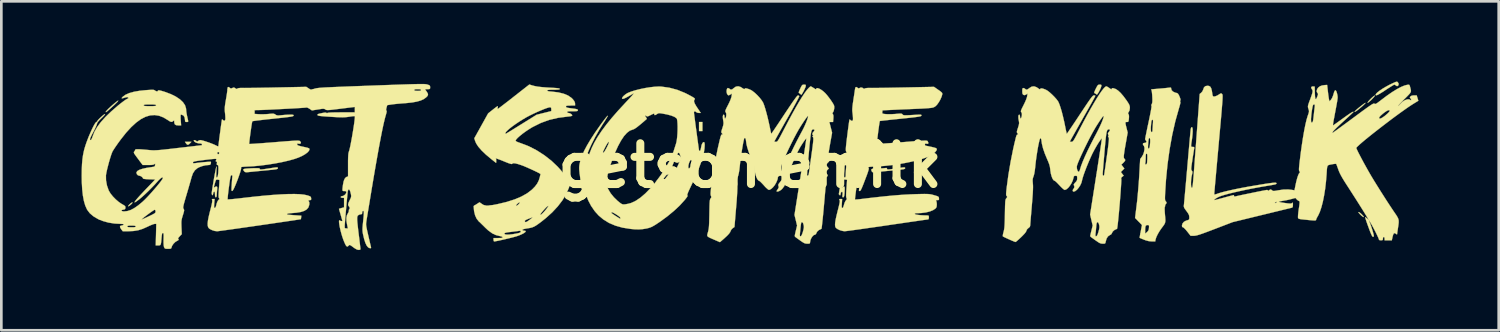
<source format=kicad_pcb>
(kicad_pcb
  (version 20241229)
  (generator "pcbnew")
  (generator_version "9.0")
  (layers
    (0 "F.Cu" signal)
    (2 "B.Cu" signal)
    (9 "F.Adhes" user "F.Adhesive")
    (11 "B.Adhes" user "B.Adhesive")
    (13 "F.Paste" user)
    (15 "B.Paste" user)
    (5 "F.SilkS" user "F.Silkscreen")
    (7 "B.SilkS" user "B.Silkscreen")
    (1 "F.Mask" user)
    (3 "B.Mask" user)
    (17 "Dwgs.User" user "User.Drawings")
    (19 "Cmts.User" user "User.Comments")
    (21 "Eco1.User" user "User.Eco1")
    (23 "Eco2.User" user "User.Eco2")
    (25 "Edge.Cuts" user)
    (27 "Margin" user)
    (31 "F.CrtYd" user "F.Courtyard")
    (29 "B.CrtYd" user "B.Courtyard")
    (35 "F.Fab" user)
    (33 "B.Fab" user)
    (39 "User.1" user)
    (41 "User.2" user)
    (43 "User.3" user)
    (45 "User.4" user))
  (footprint "getsomemilk"
    (layer "F.Cu")
    (at 24.991 3.141)
    (property "Reference" "getsomemilk" (at 0 0 0) (layer "F.SilkS") (effects (font (size 1.524 1.524) (thickness 0.3))))
    (attr through_hole)
    (fp_poly (pts (xy -1.778 -1.291) (xy -1.905 -1.291) (xy -1.905 -1.63) (xy -1.778 -1.63) (xy -1.778 -1.291)) (stroke (width 0.01) (type solid)) (fill yes) (layer "F.SilkS"))
    (fp_poly (pts (xy -20.925 -0.845) (xy -20.979 -0.793) (xy -21.021 -0.777) (xy -21.058 -0.796) (xy -21.082 -0.826) (xy -21.127 -0.889) (xy -20.885 -0.889) (xy -20.925 -0.845)) (stroke (width 0.01) (type solid)) (fill yes) (layer "F.SilkS"))
    (fp_poly (pts (xy -23.086 1.389) (xy -23.112 1.423) (xy -23.14 1.45) (xy -23.196 1.497) (xy -23.233 1.52) (xy -23.248 1.519) (xy -23.237 1.494) (xy -23.199 1.45) (xy -23.15 1.406) (xy -23.108 1.38) (xy -23.094 1.376) (xy -23.086 1.389)) (stroke (width 0.01) (type solid)) (fill yes) (layer "F.SilkS"))
    (fp_poly (pts (xy 22.787 1.75) (xy 22.834 1.787) (xy 22.881 1.831) (xy 22.928 1.883) (xy 22.949 1.916) (xy 22.943 1.926) (xy 22.912 1.912) (xy 22.864 1.875) (xy 22.818 1.831) (xy 22.771 1.779) (xy 22.75 1.746) (xy 22.756 1.736) (xy 22.787 1.75)) (stroke (width 0.01) (type solid)) (fill yes) (layer "F.SilkS"))
    (fp_poly (pts (xy 23.355 -2.597) (xy 23.325 -2.556) (xy 23.278 -2.505) (xy 23.224 -2.45) (xy 23.17 -2.401) (xy 23.124 -2.364) (xy 23.095 -2.35) (xy 23.094 -2.349) (xy 23.093 -2.363) (xy 23.119 -2.4) (xy 23.166 -2.453) (xy 23.203 -2.491) (xy 23.266 -2.551) (xy 23.318 -2.595) (xy 23.352 -2.617) (xy 23.361 -2.618) (xy 23.355 -2.597)) (stroke (width 0.01) (type solid)) (fill yes) (layer "F.SilkS"))
    (fp_poly (pts (xy 23.006 -2.329) (xy 22.972 -2.293) (xy 22.916 -2.24) (xy 22.844 -2.177) (xy 22.84 -2.174) (xy 22.744 -2.095) (xy 22.675 -2.043) (xy 22.632 -2.016) (xy 22.61 -2.011) (xy 22.606 -2.02) (xy 22.622 -2.04) (xy 22.663 -2.079) (xy 22.722 -2.13) (xy 22.792 -2.187) (xy 22.863 -2.243) (xy 22.928 -2.292) (xy 22.979 -2.328) (xy 23.008 -2.345) (xy 23.011 -2.345) (xy 23.006 -2.329)) (stroke (width 0.01) (type solid)) (fill yes) (layer "F.SilkS"))
    (fp_poly (pts (xy -23.626 -2.414) (xy -23.658 -2.375) (xy -23.713 -2.319) (xy -23.784 -2.251) (xy -23.805 -2.232) (xy -23.905 -2.141) (xy -23.979 -2.075) (xy -24.029 -2.031) (xy -24.061 -2.007) (xy -24.078 -1.998) (xy -24.085 -2.001) (xy -24.086 -2.014) (xy -24.07 -2.039) (xy -24.029 -2.083) (xy -23.97 -2.142) (xy -23.899 -2.208) (xy -23.824 -2.275) (xy -23.751 -2.337) (xy -23.688 -2.387) (xy -23.642 -2.42) (xy -23.62 -2.43) (xy -23.626 -2.414)) (stroke (width 0.01) (type solid)) (fill yes) (layer "F.SilkS"))
    (fp_poly (pts (xy 13.124 -3.024) (xy 13.14 -3.007) (xy 13.135 -2.964) (xy 13.133 -2.958) (xy 13.117 -2.907) (xy 13.087 -2.84) (xy 13.05 -2.768) (xy 13.014 -2.706) (xy 12.985 -2.665) (xy 12.976 -2.657) (xy 12.95 -2.662) (xy 12.933 -2.678) (xy 12.897 -2.705) (xy 12.877 -2.709) (xy 12.869 -2.724) (xy 12.882 -2.769) (xy 12.916 -2.846) (xy 12.927 -2.868) (xy 12.967 -2.946) (xy 12.995 -2.993) (xy 13.021 -3.017) (xy 13.05 -3.026) (xy 13.077 -3.027) (xy 13.124 -3.024)) (stroke (width 0.01) (type solid)) (fill yes) (layer "F.SilkS"))
    (fp_poly (pts (xy 2.07 -3.024) (xy 2.087 -3.008) (xy 2.083 -2.966) (xy 2.082 -2.958) (xy 2.068 -2.916) (xy 2.041 -2.856) (xy 2.007 -2.788) (xy 1.971 -2.723) (xy 1.94 -2.673) (xy 1.918 -2.647) (xy 1.915 -2.646) (xy 1.899 -2.661) (xy 1.893 -2.668) (xy 1.863 -2.695) (xy 1.843 -2.706) (xy 1.827 -2.716) (xy 1.823 -2.737) (xy 1.834 -2.775) (xy 1.862 -2.839) (xy 1.877 -2.873) (xy 1.914 -2.95) (xy 1.941 -2.995) (xy 1.965 -3.018) (xy 1.995 -3.026) (xy 2.021 -3.027) (xy 2.07 -3.024)) (stroke (width 0.01) (type solid)) (fill yes) (layer "F.SilkS"))
    (fp_poly (pts (xy 24.209 -3.128) (xy 24.223 -3.114) (xy 24.254 -3.058) (xy 24.245 -3.007) (xy 24.225 -2.984) (xy 24.194 -2.969) (xy 24.16 -2.987) (xy 24.154 -2.992) (xy 24.115 -3.019) (xy 24.091 -3.027) (xy 24.066 -3.016) (xy 24.012 -2.984) (xy 23.936 -2.937) (xy 23.843 -2.878) (xy 23.765 -2.826) (xy 23.634 -2.74) (xy 23.535 -2.68) (xy 23.463 -2.642) (xy 23.417 -2.626) (xy 23.394 -2.631) (xy 23.389 -2.645) (xy 23.408 -2.684) (xy 23.459 -2.737) (xy 23.539 -2.799) (xy 23.641 -2.868) (xy 23.761 -2.94) (xy 23.892 -3.012) (xy 24.027 -3.077) (xy 24.107 -3.113) (xy 24.158 -3.132) (xy 24.189 -3.136) (xy 24.209 -3.128)) (stroke (width 0.01) (type solid)) (fill yes) (layer "F.SilkS"))
    (fp_poly (pts (xy -17.66 0.072) (xy -17.654 0.082) (xy -17.653 0.095) (xy -17.654 0.108) (xy -17.662 0.118) (xy -17.68 0.127) (xy -17.713 0.136) (xy -17.767 0.144) (xy -17.846 0.154) (xy -17.954 0.165) (xy -18.096 0.179) (xy -18.214 0.19) (xy -18.356 0.204) (xy -18.49 0.217) (xy -18.608 0.229) (xy -18.701 0.238) (xy -18.763 0.245) (xy -18.775 0.246) (xy -18.841 0.25) (xy -18.883 0.238) (xy -18.907 0.217) (xy -18.936 0.182) (xy -18.947 0.155) (xy -18.935 0.135) (xy -18.896 0.121) (xy -18.827 0.112) (xy -18.724 0.105) (xy -18.59 0.099) (xy -18.478 0.097) (xy -18.402 0.097) (xy -18.356 0.101) (xy -18.334 0.11) (xy -18.33 0.119) (xy -18.328 0.134) (xy -18.316 0.142) (xy -18.29 0.146) (xy -18.243 0.143) (xy -18.17 0.134) (xy -18.064 0.118) (xy -17.983 0.106) (xy -17.859 0.087) (xy -17.771 0.074) (xy -17.712 0.067) (xy -17.677 0.067) (xy -17.66 0.072)) (stroke (width 0.01) (type solid)) (fill yes) (layer "F.SilkS"))
    (fp_poly (pts (xy 5.793 0.072) (xy 5.799 0.082) (xy 5.8 0.095) (xy 5.798 0.108) (xy 5.791 0.118) (xy 5.773 0.127) (xy 5.739 0.136) (xy 5.686 0.144) (xy 5.607 0.154) (xy 5.499 0.165) (xy 5.357 0.179) (xy 5.239 0.19) (xy 5.096 0.204) (xy 4.962 0.217) (xy 4.843 0.229) (xy 4.749 0.239) (xy 4.686 0.246) (xy 4.673 0.247) (xy 4.612 0.252) (xy 4.578 0.246) (xy 4.557 0.222) (xy 4.547 0.202) (xy 4.535 0.164) (xy 4.542 0.137) (xy 4.574 0.12) (xy 4.636 0.11) (xy 4.733 0.107) (xy 4.786 0.106) (xy 4.883 0.105) (xy 4.971 0.101) (xy 5.037 0.095) (xy 5.056 0.093) (xy 5.103 0.088) (xy 5.121 0.102) (xy 5.122 0.114) (xy 5.125 0.13) (xy 5.136 0.141) (xy 5.161 0.145) (xy 5.207 0.143) (xy 5.279 0.135) (xy 5.383 0.12) (xy 5.474 0.106) (xy 5.597 0.087) (xy 5.684 0.074) (xy 5.742 0.068) (xy 5.776 0.067) (xy 5.793 0.072)) (stroke (width 0.01) (type solid)) (fill yes) (layer "F.SilkS"))
    (fp_poly (pts (xy 15.743 -2.909) (xy 15.748 -2.878) (xy 15.748 -2.871) (xy 15.768 -2.814) (xy 15.821 -2.764) (xy 15.898 -2.728) (xy 15.928 -2.721) (xy 15.973 -2.709) (xy 16.004 -2.685) (xy 16.033 -2.638) (xy 16.057 -2.587) (xy 16.087 -2.51) (xy 16.097 -2.461) (xy 16.089 -2.43) (xy 16.078 -2.397) (xy 16.09 -2.387) (xy 16.094 -2.364) (xy 16.084 -2.305) (xy 16.06 -2.214) (xy 16.037 -2.137) (xy 15.903 -1.66) (xy 15.787 -1.15) (xy 15.69 -0.613) (xy 15.612 -0.054) (xy 15.555 0.52) (xy 15.523 1.02) (xy 15.518 1.137) (xy 15.516 1.218) (xy 15.519 1.272) (xy 15.525 1.305) (xy 15.537 1.325) (xy 15.544 1.331) (xy 15.576 1.375) (xy 15.565 1.42) (xy 15.546 1.44) (xy 15.523 1.474) (xy 15.523 1.493) (xy 15.519 1.53) (xy 15.512 1.539) (xy 15.505 1.571) (xy 15.504 1.642) (xy 15.509 1.751) (xy 15.516 1.836) (xy 15.526 1.953) (xy 15.531 2.039) (xy 15.527 2.103) (xy 15.513 2.156) (xy 15.485 2.208) (xy 15.442 2.269) (xy 15.396 2.329) (xy 15.316 2.444) (xy 15.247 2.561) (xy 15.195 2.668) (xy 15.166 2.756) (xy 15.164 2.763) (xy 15.151 2.836) (xy 15.021 2.835) (xy 14.912 2.825) (xy 14.798 2.795) (xy 14.732 2.77) (xy 14.658 2.74) (xy 14.601 2.716) (xy 14.571 2.702) (xy 14.568 2.701) (xy 14.57 2.68) (xy 14.579 2.625) (xy 14.593 2.546) (xy 14.594 2.543) (xy 14.774 2.543) (xy 14.833 2.498) (xy 14.877 2.453) (xy 14.904 2.408) (xy 14.905 2.406) (xy 14.915 2.351) (xy 14.92 2.291) (xy 14.918 2.244) (xy 14.898 2.225) (xy 14.861 2.223) (xy 14.821 2.229) (xy 14.795 2.254) (xy 14.781 2.304) (xy 14.775 2.386) (xy 14.775 2.43) (xy 14.774 2.543) (xy 14.594 2.543) (xy 14.61 2.459) (xy 14.656 2.222) (xy 14.527 2.09) (xy 14.398 1.958) (xy 14.458 1.471) (xy 14.477 1.311) (xy 14.495 1.121) (xy 14.514 0.913) (xy 14.531 0.702) (xy 14.546 0.498) (xy 14.554 0.37) (xy 14.578 -0.06) (xy 14.776 -0.06) (xy 14.786 -0.044) (xy 14.808 -0.046) (xy 14.827 -0.054) (xy 14.84 -0.075) (xy 14.848 -0.118) (xy 14.852 -0.19) (xy 14.855 -0.249) (xy 14.856 -0.342) (xy 14.854 -0.401) (xy 14.847 -0.432) (xy 14.834 -0.444) (xy 14.828 -0.445) (xy 14.81 -0.436) (xy 14.8 -0.404) (xy 14.796 -0.342) (xy 14.796 -0.31) (xy 14.793 -0.226) (xy 14.788 -0.148) (xy 14.782 -0.106) (xy 14.776 -0.06) (xy 14.578 -0.06) (xy 14.589 -0.243) (xy 14.658 -0.339) (xy 14.699 -0.413) (xy 14.729 -0.5) (xy 14.747 -0.588) (xy 14.75 -0.666) (xy 14.739 -0.708) (xy 14.881 -0.708) (xy 14.884 -0.663) (xy 14.894 -0.64) (xy 14.909 -0.635) (xy 14.931 -0.656) (xy 14.947 -0.717) (xy 14.951 -0.746) (xy 14.963 -0.873) (xy 14.964 -0.965) (xy 14.954 -1.02) (xy 14.936 -1.037) (xy 14.917 -1.02) (xy 14.903 -0.967) (xy 14.894 -0.894) (xy 14.885 -0.783) (xy 14.881 -0.708) (xy 14.739 -0.708) (xy 14.736 -0.723) (xy 14.723 -0.74) (xy 14.695 -0.781) (xy 14.69 -0.807) (xy 14.701 -0.837) (xy 14.743 -0.847) (xy 14.751 -0.847) (xy 14.802 -0.858) (xy 14.826 -0.887) (xy 14.815 -0.922) (xy 14.805 -0.932) (xy 14.779 -0.971) (xy 14.774 -0.991) (xy 14.779 -1.02) (xy 14.791 -1.085) (xy 14.81 -1.179) (xy 14.834 -1.299) (xy 14.842 -1.336) (xy 14.986 -1.336) (xy 14.995 -1.273) (xy 15.015 -1.249) (xy 15.018 -1.249) (xy 15.043 -1.268) (xy 15.05 -1.307) (xy 15.051 -1.356) (xy 15.056 -1.432) (xy 15.062 -1.52) (xy 15.063 -1.54) (xy 15.069 -1.627) (xy 15.069 -1.68) (xy 15.062 -1.706) (xy 15.048 -1.714) (xy 15.045 -1.714) (xy 15.025 -1.702) (xy 15.01 -1.659) (xy 15 -1.584) (xy 14.988 -1.44) (xy 14.986 -1.336) (xy 14.842 -1.336) (xy 14.863 -1.438) (xy 14.896 -1.591) (xy 14.904 -1.628) (xy 14.946 -1.828) (xy 14.978 -1.989) (xy 15 -2.111) (xy 15.012 -2.193) (xy 15.013 -2.234) (xy 15.01 -2.239) (xy 15.002 -2.26) (xy 15.02 -2.297) (xy 15.036 -2.332) (xy 15.044 -2.384) (xy 15.046 -2.461) (xy 15.043 -2.544) (xy 15.038 -2.638) (xy 15.03 -2.721) (xy 15.022 -2.781) (xy 15.019 -2.796) (xy 15.003 -2.851) (xy 15.296 -2.876) (xy 15.411 -2.886) (xy 15.517 -2.896) (xy 15.604 -2.905) (xy 15.662 -2.912) (xy 15.669 -2.913) (xy 15.72 -2.918) (xy 15.743 -2.909)) (stroke (width 0.01) (type solid)) (fill yes) (layer "F.SilkS"))
    (fp_poly (pts (xy -8.141 -2.997) (xy -8.044 -2.972) (xy -7.929 -2.951) (xy -7.788 -2.935) (xy -7.617 -2.921) (xy -7.424 -2.91) (xy -7.298 -2.903) (xy -7.209 -2.896) (xy -7.152 -2.888) (xy -7.122 -2.879) (xy -7.112 -2.867) (xy -7.112 -2.866) (xy -7.12 -2.852) (xy -7.15 -2.844) (xy -7.207 -2.839) (xy -7.297 -2.836) (xy -7.343 -2.836) (xy -7.451 -2.835) (xy -7.524 -2.83) (xy -7.566 -2.822) (xy -7.584 -2.809) (xy -7.584 -2.808) (xy -7.58 -2.793) (xy -7.551 -2.782) (xy -7.492 -2.773) (xy -7.401 -2.765) (xy -7.165 -2.736) (xy -6.964 -2.687) (xy -6.799 -2.618) (xy -6.67 -2.527) (xy -6.623 -2.48) (xy -6.569 -2.409) (xy -6.544 -2.349) (xy -6.54 -2.315) (xy -6.54 -2.244) (xy -6.71 -2.244) (xy -6.795 -2.243) (xy -6.845 -2.238) (xy -6.871 -2.229) (xy -6.879 -2.212) (xy -6.879 -2.204) (xy -6.874 -2.186) (xy -6.854 -2.172) (xy -6.812 -2.16) (xy -6.741 -2.149) (xy -6.657 -2.138) (xy -6.557 -2.125) (xy -6.492 -2.113) (xy -6.454 -2.101) (xy -6.438 -2.086) (xy -6.435 -2.071) (xy -6.439 -2.053) (xy -6.455 -2.041) (xy -6.492 -2.035) (xy -6.558 -2.032) (xy -6.636 -2.032) (xy -6.732 -2.031) (xy -6.792 -2.027) (xy -6.825 -2.018) (xy -6.836 -2.005) (xy -6.837 -2) (xy -6.819 -1.975) (xy -6.789 -1.968) (xy -6.734 -1.956) (xy -6.683 -1.927) (xy -6.651 -1.891) (xy -6.646 -1.874) (xy -6.661 -1.858) (xy -6.708 -1.845) (xy -6.792 -1.834) (xy -6.821 -1.832) (xy -7.176 -1.786) (xy -7.508 -1.708) (xy -7.821 -1.594) (xy -8.121 -1.445) (xy -8.155 -1.426) (xy -8.279 -1.349) (xy -8.4 -1.267) (xy -8.512 -1.185) (xy -8.609 -1.106) (xy -8.687 -1.036) (xy -8.74 -0.978) (xy -8.762 -0.937) (xy -8.763 -0.932) (xy -8.746 -0.91) (xy -8.693 -0.882) (xy -8.601 -0.848) (xy -8.567 -0.837) (xy -8.269 -0.722) (xy -7.974 -0.57) (xy -7.689 -0.387) (xy -7.422 -0.179) (xy -7.195 0.037) (xy -7.097 0.144) (xy -7.003 0.255) (xy -6.916 0.364) (xy -6.841 0.466) (xy -6.783 0.554) (xy -6.744 0.623) (xy -6.731 0.666) (xy -6.738 0.711) (xy -6.755 0.779) (xy -6.772 0.833) (xy -6.871 1.062) (xy -7.009 1.293) (xy -7.185 1.523) (xy -7.395 1.749) (xy -7.638 1.968) (xy -7.821 2.113) (xy -7.926 2.19) (xy -8.008 2.246) (xy -8.077 2.284) (xy -8.144 2.311) (xy -8.218 2.33) (xy -8.31 2.346) (xy -8.334 2.349) (xy -8.431 2.367) (xy -8.488 2.384) (xy -8.509 2.403) (xy -8.509 2.405) (xy -8.49 2.427) (xy -8.444 2.434) (xy -8.396 2.441) (xy -8.384 2.461) (xy -8.405 2.489) (xy -8.453 2.525) (xy -8.526 2.564) (xy -8.62 2.605) (xy -8.729 2.644) (xy -8.8 2.664) (xy -8.895 2.689) (xy -9.007 2.717) (xy -9.128 2.746) (xy -9.249 2.774) (xy -9.362 2.799) (xy -9.459 2.819) (xy -9.53 2.832) (xy -9.568 2.836) (xy -9.582 2.818) (xy -9.588 2.774) (xy -9.588 2.773) (xy -9.588 2.709) (xy -9.419 2.709) (xy -9.331 2.708) (xy -9.278 2.702) (xy -9.254 2.69) (xy -9.25 2.68) (xy -9.271 2.656) (xy -9.332 2.639) (xy -9.354 2.635) (xy -9.501 2.598) (xy -9.627 2.536) (xy -9.183 2.536) (xy -9.178 2.557) (xy -9.177 2.559) (xy -9.145 2.575) (xy -9.078 2.581) (xy -8.984 2.578) (xy -8.87 2.565) (xy -8.76 2.546) (xy -8.669 2.528) (xy -8.613 2.512) (xy -8.583 2.496) (xy -8.573 2.477) (xy -8.572 2.47) (xy -8.579 2.443) (xy -8.607 2.437) (xy -8.641 2.441) (xy -8.691 2.449) (xy -8.771 2.459) (xy -8.867 2.471) (xy -8.932 2.479) (xy -9.045 2.493) (xy -9.121 2.506) (xy -9.165 2.52) (xy -9.183 2.536) (xy -9.627 2.536) (xy -9.646 2.527) (xy -9.794 2.418) (xy -9.897 2.322) (xy -9.973 2.246) (xy -10.047 2.174) (xy -10.107 2.115) (xy -10.14 2.085) (xy -10.145 2.079) (xy -8.421 2.079) (xy -8.414 2.095) (xy -8.397 2.112) (xy -8.372 2.112) (xy -8.332 2.092) (xy -8.269 2.049) (xy -8.228 2.019) (xy -8.172 1.975) (xy -8.139 1.946) (xy -8.133 1.935) (xy -8.139 1.936) (xy -8.256 1.979) (xy -8.338 2.012) (xy -8.389 2.037) (xy -8.415 2.059) (xy -8.421 2.079) (xy -10.145 2.079) (xy -10.219 1.988) (xy -10.278 1.86) (xy -10.283 1.839) (xy -7.842 1.839) (xy -7.823 1.838) (xy -7.795 1.82) (xy -7.748 1.776) (xy -7.689 1.714) (xy -7.653 1.672) (xy -7.598 1.605) (xy -7.559 1.55) (xy -7.54 1.514) (xy -7.541 1.505) (xy -7.566 1.516) (xy -7.609 1.553) (xy -7.665 1.609) (xy -7.727 1.677) (xy -7.787 1.749) (xy -7.814 1.785) (xy -7.841 1.825) (xy -7.842 1.839) (xy -10.283 1.839) (xy -10.314 1.712) (xy -10.32 1.661) (xy -10.332 1.513) (xy -10.314 1.501) (xy -8.747 1.501) (xy -8.739 1.503) (xy -8.705 1.488) (xy -8.66 1.453) (xy -8.647 1.439) (xy -8.611 1.397) (xy -8.609 1.377) (xy -8.617 1.376) (xy -8.651 1.39) (xy -8.696 1.426) (xy -8.71 1.439) (xy -8.745 1.482) (xy -8.747 1.501) (xy -10.314 1.501) (xy -10.112 1.372) (xy -10.019 1.437) (xy -9.969 1.468) (xy -9.919 1.489) (xy -9.861 1.499) (xy -9.789 1.499) (xy -9.696 1.489) (xy -9.575 1.468) (xy -9.43 1.439) (xy -9.096 1.359) (xy -8.802 1.265) (xy -8.549 1.159) (xy -8.335 1.039) (xy -8.162 0.907) (xy -8.152 0.898) (xy -8.038 0.783) (xy -7.956 0.673) (xy -7.898 0.559) (xy -7.864 0.453) (xy -7.847 0.385) (xy -7.835 0.335) (xy -7.832 0.316) (xy -7.85 0.302) (xy -7.9 0.274) (xy -7.974 0.236) (xy -8.066 0.192) (xy -8.169 0.144) (xy -8.274 0.097) (xy -8.375 0.053) (xy -8.464 0.015) (xy -8.53 -0.01) (xy -8.669 -0.056) (xy -8.772 -0.082) (xy -8.842 -0.089) (xy -8.881 -0.077) (xy -8.887 -0.069) (xy -8.9 -0.06) (xy -8.926 -0.06) (xy -8.97 -0.071) (xy -9.04 -0.095) (xy -9.139 -0.134) (xy -9.216 -0.166) (xy -9.319 -0.207) (xy -9.405 -0.239) (xy -9.467 -0.26) (xy -9.501 -0.268) (xy -9.504 -0.264) (xy -9.489 -0.224) (xy -9.487 -0.168) (xy -9.493 -0.1) (xy -9.673 -0.243) (xy -9.873 -0.41) (xy -10.033 -0.563) (xy -10.155 -0.703) (xy -10.238 -0.829) (xy -10.278 -0.924) (xy -10.308 -1.021) (xy -10.199 -1.215) (xy -9.144 -1.215) (xy -9.139 -1.188) (xy -9.136 -1.185) (xy -9.116 -1.196) (xy -9.066 -1.227) (xy -8.987 -1.274) (xy -8.886 -1.336) (xy -8.767 -1.41) (xy -8.633 -1.493) (xy -8.552 -1.543) (xy -7.977 -1.901) (xy -7.703 -1.969) (xy -7.429 -2.037) (xy -7.429 -2.109) (xy -7.434 -2.158) (xy -7.453 -2.177) (xy -7.484 -2.18) (xy -7.531 -2.171) (xy -7.61 -2.146) (xy -7.713 -2.107) (xy -7.833 -2.058) (xy -7.965 -2.001) (xy -8.1 -1.938) (xy -8.228 -1.876) (xy -8.357 -1.808) (xy -8.491 -1.729) (xy -8.625 -1.645) (xy -8.754 -1.559) (xy -8.872 -1.475) (xy -8.976 -1.395) (xy -9.058 -1.324) (xy -9.116 -1.266) (xy -9.143 -1.224) (xy -9.144 -1.215) (xy -10.199 -1.215) (xy -10.049 -1.486) (xy -9.79 -1.952) (xy -9.62 -2.087) (xy -9.548 -2.144) (xy -9.488 -2.188) (xy -9.447 -2.216) (xy -9.435 -2.222) (xy -9.427 -2.205) (xy -9.432 -2.17) (xy -9.437 -2.13) (xy -9.431 -2.117) (xy -9.412 -2.129) (xy -9.363 -2.165) (xy -9.289 -2.221) (xy -9.193 -2.295) (xy -9.079 -2.382) (xy -8.952 -2.481) (xy -8.834 -2.574) (xy -8.25 -3.031) (xy -8.141 -2.997)) (stroke (width 0.01) (type solid)) (fill yes) (layer "F.SilkS"))
    (fp_poly (pts (xy -3.323 -2.954) (xy -3.013 -2.911) (xy -2.718 -2.832) (xy -2.43 -2.715) (xy -2.328 -2.664) (xy -2.217 -2.605) (xy -2.139 -2.561) (xy -2.09 -2.53) (xy -2.065 -2.507) (xy -2.06 -2.489) (xy -2.07 -2.473) (xy -2.07 -2.472) (xy -2.091 -2.435) (xy -2.09 -2.386) (xy -2.064 -2.318) (xy -2.013 -2.227) (xy -1.968 -2.158) (xy -1.84 -1.968) (xy -1.912 -1.968) (xy -1.969 -1.977) (xy -2.009 -1.999) (xy -2.011 -2) (xy -2.049 -2.028) (xy -2.081 -2.026) (xy -2.095 -1.993) (xy -2.095 -1.992) (xy -2.093 -1.962) (xy -2.085 -1.895) (xy -2.072 -1.797) (xy -2.056 -1.673) (xy -2.037 -1.528) (xy -2.015 -1.367) (xy -2 -1.257) (xy -1.978 -1.09) (xy -1.957 -0.938) (xy -1.939 -0.804) (xy -1.924 -0.695) (xy -1.913 -0.614) (xy -1.906 -0.566) (xy -1.905 -0.556) (xy -1.888 -0.551) (xy -1.876 -0.55) (xy -1.854 -0.571) (xy -1.837 -0.632) (xy -1.832 -0.66) (xy -1.81 -0.77) (xy -1.776 -0.844) (xy -1.749 -0.872) (xy -1.718 -0.879) (xy -1.7 -0.85) (xy -1.693 -0.782) (xy -1.693 -0.77) (xy -1.701 -0.639) (xy -1.723 -0.494) (xy -1.762 -0.333) (xy -1.818 -0.152) (xy -1.892 0.051) (xy -1.987 0.281) (xy -2.101 0.541) (xy -2.224 0.804) (xy -2.281 0.924) (xy -2.319 1.011) (xy -2.34 1.07) (xy -2.347 1.103) (xy -2.341 1.117) (xy -2.339 1.118) (xy -2.332 1.133) (xy -2.352 1.171) (xy -2.399 1.235) (xy -2.439 1.285) (xy -2.623 1.488) (xy -2.843 1.694) (xy -3.092 1.899) (xy -3.364 2.098) (xy -3.482 2.177) (xy -3.582 2.24) (xy -3.662 2.285) (xy -3.733 2.315) (xy -3.808 2.338) (xy -3.873 2.353) (xy -4.014 2.376) (xy -4.152 2.386) (xy -4.302 2.383) (xy -4.466 2.368) (xy -4.766 2.32) (xy -5.034 2.245) (xy -5.273 2.143) (xy -5.485 2.012) (xy -5.659 1.866) (xy -5.768 1.744) (xy -5.18 1.744) (xy -5.179 1.768) (xy -5.168 1.784) (xy -5.142 1.803) (xy -5.093 1.837) (xy -5.03 1.879) (xy -4.963 1.921) (xy -4.904 1.958) (xy -4.864 1.983) (xy -4.852 1.988) (xy -4.848 1.972) (xy -4.847 1.953) (xy -4.864 1.928) (xy -4.907 1.891) (xy -4.968 1.848) (xy -5.035 1.806) (xy -5.099 1.77) (xy -5.15 1.747) (xy -5.179 1.743) (xy -5.18 1.744) (xy -5.768 1.744) (xy -5.807 1.7) (xy -5.939 1.509) (xy -6.045 1.308) (xy -6.086 1.204) (xy -6.11 1.153) (xy -6.151 1.079) (xy -6.204 0.993) (xy -6.245 0.93) (xy -6.302 0.844) (xy -6.338 0.784) (xy -6.356 0.744) (xy -6.36 0.716) (xy -6.352 0.691) (xy -6.349 0.686) (xy -6.339 0.658) (xy -6.335 0.616) (xy -6.336 0.582) (xy -5.364 0.582) (xy -5.362 0.678) (xy -5.351 0.75) (xy -5.329 0.819) (xy -5.295 0.893) (xy -5.209 1.037) (xy -5.09 1.183) (xy -4.948 1.321) (xy -4.89 1.369) (xy -4.827 1.416) (xy -4.782 1.442) (xy -4.74 1.452) (xy -4.686 1.45) (xy -4.657 1.447) (xy -4.564 1.43) (xy -4.467 1.405) (xy -4.431 1.393) (xy -4.266 1.314) (xy -4.092 1.196) (xy -3.91 1.04) (xy -3.724 0.849) (xy -3.534 0.624) (xy -3.492 0.568) (xy -3.277 0.568) (xy -3.269 0.572) (xy -3.231 0.556) (xy -3.196 0.524) (xy -3.163 0.482) (xy -3.115 0.422) (xy -3.07 0.365) (xy -3.022 0.3) (xy -3.004 0.263) (xy -3.013 0.254) (xy -3.04 0.27) (xy -3.085 0.311) (xy -3.141 0.372) (xy -3.175 0.413) (xy -3.237 0.492) (xy -3.271 0.543) (xy -3.277 0.568) (xy -3.492 0.568) (xy -3.341 0.367) (xy -3.211 0.175) (xy -2.963 0.175) (xy -2.944 0.184) (xy -2.897 0.19) (xy -2.871 0.191) (xy -2.778 0.191) (xy -2.716 0.048) (xy -2.307 0.048) (xy -2.299 0.095) (xy -2.279 0.107) (xy -2.253 0.088) (xy -2.226 0.041) (xy -2.208 -0.011) (xy -2.186 -0.112) (xy -2.183 -0.177) (xy -2.197 -0.208) (xy -2.21 -0.212) (xy -2.234 -0.193) (xy -2.26 -0.145) (xy -2.284 -0.08) (xy -2.301 -0.01) (xy -2.307 0.048) (xy -2.716 0.048) (xy -2.576 -0.278) (xy -2.607 -0.377) (xy -2.628 -0.439) (xy -2.65 -0.473) (xy -2.673 -0.48) (xy -2.7 -0.455) (xy -2.734 -0.396) (xy -2.777 -0.302) (xy -2.831 -0.171) (xy -2.834 -0.165) (xy -2.877 -0.056) (xy -2.914 0.04) (xy -2.943 0.114) (xy -2.96 0.162) (xy -2.963 0.175) (xy -3.211 0.175) (xy -3.21 0.173) (xy -3.023 -0.147) (xy -2.876 -0.474) (xy -2.767 -0.814) (xy -2.75 -0.878) (xy -2.734 -0.969) (xy -2.721 -1.08) (xy -2.712 -1.204) (xy -2.707 -1.332) (xy -2.706 -1.458) (xy -2.71 -1.572) (xy -2.717 -1.667) (xy -2.729 -1.735) (xy -2.743 -1.766) (xy -2.821 -1.821) (xy -2.94 -1.869) (xy -3.101 -1.912) (xy -3.281 -1.946) (xy -3.358 -1.957) (xy -3.407 -1.958) (xy -3.443 -1.947) (xy -3.476 -1.926) (xy -3.534 -1.891) (xy -3.568 -1.889) (xy -3.577 -1.916) (xy -3.579 -1.936) (xy -3.589 -1.944) (xy -3.616 -1.937) (xy -3.667 -1.913) (xy -3.723 -1.885) (xy -3.79 -1.852) (xy -3.831 -1.838) (xy -3.857 -1.84) (xy -3.879 -1.856) (xy -3.881 -1.858) (xy -3.908 -1.876) (xy -3.917 -1.866) (xy -3.909 -1.836) (xy -3.883 -1.798) (xy -3.88 -1.795) (xy -3.859 -1.758) (xy -3.864 -1.739) (xy -4.005 -1.617) (xy -4.118 -1.522) (xy -4.207 -1.451) (xy -4.277 -1.4) (xy -4.33 -1.367) (xy -4.371 -1.35) (xy -4.384 -1.347) (xy -4.493 -1.306) (xy -4.602 -1.223) (xy -4.713 -1.099) (xy -4.823 -0.933) (xy -4.935 -0.726) (xy -5.047 -0.479) (xy -5.158 -0.192) (xy -5.225 -0.001) (xy -5.273 0.143) (xy -5.308 0.254) (xy -5.333 0.341) (xy -5.35 0.41) (xy -5.359 0.47) (xy -5.363 0.527) (xy -5.364 0.582) (xy -6.336 0.582) (xy -6.337 0.555) (xy -6.347 0.467) (xy -6.36 0.363) (xy -6.368 0.305) (xy -6.181 0.305) (xy -6.181 0.307) (xy -6.18 0.419) (xy -6.177 0.495) (xy -6.172 0.542) (xy -6.163 0.565) (xy -6.149 0.571) (xy -6.149 0.572) (xy -6.135 0.565) (xy -6.126 0.542) (xy -6.121 0.496) (xy -6.118 0.421) (xy -6.117 0.309) (xy -6.117 0.307) (xy -6.118 0.195) (xy -6.121 0.119) (xy -6.126 0.072) (xy -6.135 0.049) (xy -6.149 0.042) (xy -6.149 0.042) (xy -6.162 0.049) (xy -6.172 0.072) (xy -6.177 0.118) (xy -6.18 0.193) (xy -6.181 0.305) (xy -6.368 0.305) (xy -6.376 0.239) (xy -6.385 0.146) (xy -6.386 0.071) (xy -6.381 0.003) (xy -6.373 -0.052) (xy -6.337 -0.207) (xy -6.279 -0.374) (xy -6.198 -0.556) (xy -6.092 -0.755) (xy -5.961 -0.975) (xy -5.803 -1.218) (xy -5.615 -1.487) (xy -5.543 -1.588) (xy -5.472 -1.683) (xy -5.41 -1.763) (xy -5.361 -1.823) (xy -5.328 -1.858) (xy -5.317 -1.864) (xy -5.325 -1.84) (xy -5.354 -1.787) (xy -5.399 -1.712) (xy -5.455 -1.622) (xy -5.489 -1.572) (xy -5.641 -1.328) (xy -5.79 -1.066) (xy -5.925 -0.8) (xy -6.031 -0.567) (xy -6.076 -0.456) (xy -6.104 -0.378) (xy -6.114 -0.329) (xy -6.109 -0.305) (xy -6.089 -0.299) (xy -6.082 -0.3) (xy -6.054 -0.325) (xy -6.022 -0.387) (xy -5.999 -0.45) (xy -5.982 -0.493) (xy -5.499 -0.493) (xy -5.489 -0.487) (xy -5.476 -0.487) (xy -5.456 -0.505) (xy -5.424 -0.553) (xy -5.383 -0.624) (xy -5.349 -0.688) (xy -5.304 -0.783) (xy -5.279 -0.846) (xy -5.272 -0.88) (xy -5.281 -0.889) (xy -5.304 -0.871) (xy -5.34 -0.82) (xy -5.384 -0.744) (xy -5.408 -0.699) (xy -5.454 -0.607) (xy -5.483 -0.546) (xy -5.497 -0.511) (xy -5.499 -0.493) (xy -5.982 -0.493) (xy -5.921 -0.65) (xy -5.822 -0.855) (xy -5.698 -1.069) (xy -5.548 -1.294) (xy -5.371 -1.532) (xy -5.164 -1.786) (xy -4.926 -2.059) (xy -4.654 -2.353) (xy -4.618 -2.391) (xy -4.513 -2.503) (xy -4.433 -2.591) (xy -4.378 -2.654) (xy -4.352 -2.69) (xy -4.353 -2.699) (xy -4.36 -2.696) (xy -4.5 -2.614) (xy -4.607 -2.555) (xy -4.686 -2.516) (xy -4.74 -2.497) (xy -4.771 -2.495) (xy -4.783 -2.511) (xy -4.784 -2.517) (xy -4.766 -2.558) (xy -4.721 -2.608) (xy -4.657 -2.661) (xy -4.584 -2.708) (xy -4.561 -2.719) (xy -4.436 -2.769) (xy -4.28 -2.817) (xy -4.104 -2.861) (xy -3.919 -2.899) (xy -3.734 -2.929) (xy -3.561 -2.948) (xy -3.41 -2.956) (xy -3.323 -2.954)) (stroke (width 0.01) (type solid)) (fill yes) (layer "F.SilkS"))
    (fp_poly (pts (xy 7.04 -2.832) (xy 7.115 -2.779) (xy 7.161 -2.741) (xy 7.185 -2.713) (xy 7.191 -2.686) (xy 7.188 -2.657) (xy 7.161 -2.567) (xy 7.116 -2.467) (xy 7.059 -2.368) (xy 6.999 -2.283) (xy 6.943 -2.225) (xy 6.94 -2.223) (xy 6.916 -2.206) (xy 6.893 -2.191) (xy 6.867 -2.179) (xy 6.834 -2.169) (xy 6.791 -2.16) (xy 6.733 -2.153) (xy 6.657 -2.146) (xy 6.558 -2.139) (xy 6.434 -2.132) (xy 6.28 -2.125) (xy 6.092 -2.117) (xy 5.867 -2.107) (xy 5.8 -2.105) (xy 5.616 -2.097) (xy 5.446 -2.089) (xy 5.294 -2.082) (xy 5.165 -2.076) (xy 5.063 -2.071) (xy 4.993 -2.067) (xy 4.96 -2.064) (xy 4.957 -2.064) (xy 4.952 -2.041) (xy 4.947 -1.998) (xy 4.946 -1.966) (xy 4.956 -1.947) (xy 4.985 -1.936) (xy 5.042 -1.928) (xy 5.091 -1.924) (xy 5.179 -1.92) (xy 5.291 -1.922) (xy 5.408 -1.928) (xy 5.457 -1.932) (xy 5.556 -1.941) (xy 5.622 -1.944) (xy 5.662 -1.941) (xy 5.686 -1.932) (xy 5.701 -1.916) (xy 5.714 -1.901) (xy 5.732 -1.89) (xy 5.759 -1.883) (xy 5.804 -1.88) (xy 5.87 -1.881) (xy 5.966 -1.885) (xy 6.096 -1.893) (xy 6.125 -1.894) (xy 6.241 -1.901) (xy 6.321 -1.904) (xy 6.372 -1.904) (xy 6.4 -1.899) (xy 6.411 -1.889) (xy 6.411 -1.875) (xy 6.41 -1.871) (xy 6.405 -1.861) (xy 6.392 -1.851) (xy 6.367 -1.842) (xy 6.326 -1.833) (xy 6.265 -1.823) (xy 6.18 -1.812) (xy 6.067 -1.798) (xy 5.922 -1.782) (xy 5.74 -1.763) (xy 5.632 -1.752) (xy 5.456 -1.734) (xy 5.294 -1.717) (xy 5.151 -1.701) (xy 5.031 -1.688) (xy 4.938 -1.677) (xy 4.878 -1.67) (xy 4.856 -1.667) (xy 4.856 -1.667) (xy 4.849 -1.643) (xy 4.839 -1.585) (xy 4.826 -1.5) (xy 4.812 -1.398) (xy 4.796 -1.285) (xy 4.782 -1.168) (xy 4.768 -1.057) (xy 4.757 -0.958) (xy 4.749 -0.879) (xy 4.746 -0.828) (xy 4.747 -0.813) (xy 4.77 -0.812) (xy 4.831 -0.814) (xy 4.926 -0.819) (xy 5.05 -0.827) (xy 5.198 -0.837) (xy 5.368 -0.849) (xy 5.553 -0.863) (xy 5.688 -0.874) (xy 5.911 -0.892) (xy 6.095 -0.907) (xy 6.245 -0.918) (xy 6.364 -0.926) (xy 6.456 -0.931) (xy 6.524 -0.934) (xy 6.573 -0.934) (xy 6.605 -0.931) (xy 6.626 -0.926) (xy 6.638 -0.919) (xy 6.641 -0.915) (xy 6.664 -0.868) (xy 6.668 -0.843) (xy 6.66 -0.818) (xy 6.629 -0.814) (xy 6.604 -0.818) (xy 6.559 -0.823) (xy 6.542 -0.808) (xy 6.54 -0.786) (xy 6.552 -0.75) (xy 6.571 -0.741) (xy 6.604 -0.736) (xy 6.667 -0.724) (xy 6.749 -0.706) (xy 6.793 -0.697) (xy 6.883 -0.675) (xy 6.94 -0.658) (xy 6.971 -0.641) (xy 6.983 -0.622) (xy 6.985 -0.604) (xy 6.968 -0.56) (xy 6.924 -0.503) (xy 6.862 -0.445) (xy 6.79 -0.392) (xy 6.755 -0.372) (xy 6.619 -0.312) (xy 6.447 -0.253) (xy 6.245 -0.195) (xy 6.02 -0.142) (xy 5.779 -0.093) (xy 5.528 -0.05) (xy 5.273 -0.014) (xy 5.02 0.013) (xy 4.777 0.031) (xy 4.735 0.033) (xy 4.609 0.038) (xy 4.521 0.043) (xy 4.464 0.049) (xy 4.433 0.056) (xy 4.422 0.065) (xy 4.426 0.077) (xy 4.43 0.082) (xy 4.439 0.097) (xy 4.441 0.121) (xy 4.434 0.158) (xy 4.418 0.214) (xy 4.391 0.295) (xy 4.351 0.404) (xy 4.301 0.534) (xy 4.246 0.679) (xy 4.202 0.788) (xy 4.168 0.866) (xy 4.142 0.916) (xy 4.122 0.943) (xy 4.105 0.952) (xy 4.104 0.953) (xy 4.076 0.941) (xy 4.074 0.926) (xy 4.078 0.896) (xy 4.083 0.832) (xy 4.089 0.744) (xy 4.095 0.641) (xy 4.096 0.63) (xy 4.101 0.518) (xy 4.103 0.441) (xy 4.1 0.394) (xy 4.094 0.369) (xy 4.082 0.36) (xy 4.076 0.36) (xy 4.047 0.363) (xy 4.043 0.365) (xy 4.04 0.387) (xy 4.032 0.444) (xy 4.02 0.531) (xy 4.004 0.641) (xy 3.986 0.768) (xy 3.98 0.814) (xy 3.962 0.946) (xy 3.947 1.063) (xy 3.935 1.159) (xy 3.928 1.228) (xy 3.926 1.264) (xy 3.927 1.267) (xy 3.951 1.269) (xy 4.007 1.266) (xy 4.085 1.258) (xy 4.133 1.253) (xy 4.48 1.211) (xy 4.791 1.176) (xy 5.071 1.146) (xy 5.326 1.122) (xy 5.561 1.102) (xy 5.782 1.087) (xy 5.995 1.076) (xy 6.204 1.068) (xy 6.244 1.067) (xy 6.396 1.063) (xy 6.513 1.061) (xy 6.603 1.062) (xy 6.673 1.065) (xy 6.731 1.071) (xy 6.785 1.081) (xy 6.841 1.095) (xy 6.879 1.106) (xy 6.965 1.131) (xy 7.019 1.15) (xy 7.048 1.168) (xy 7.061 1.192) (xy 7.066 1.224) (xy 7.067 1.27) (xy 7.049 1.288) (xy 7.003 1.291) (xy 6.959 1.294) (xy 6.951 1.306) (xy 6.96 1.317) (xy 6.974 1.351) (xy 6.983 1.412) (xy 6.985 1.45) (xy 6.98 1.525) (xy 6.962 1.574) (xy 6.937 1.604) (xy 6.847 1.665) (xy 6.725 1.715) (xy 6.576 1.752) (xy 6.411 1.773) (xy 6.292 1.778) (xy 6.214 1.781) (xy 6.172 1.79) (xy 6.16 1.807) (xy 6.179 1.822) (xy 6.234 1.836) (xy 6.317 1.848) (xy 6.42 1.857) (xy 6.536 1.862) (xy 6.599 1.863) (xy 6.655 1.865) (xy 6.681 1.877) (xy 6.688 1.909) (xy 6.689 1.937) (xy 6.683 1.986) (xy 6.669 2.01) (xy 6.666 2.011) (xy 6.641 2.014) (xy 6.579 2.023) (xy 6.481 2.036) (xy 6.351 2.055) (xy 6.193 2.078) (xy 6.01 2.104) (xy 5.805 2.134) (xy 5.581 2.167) (xy 5.343 2.201) (xy 5.127 2.233) (xy 4.877 2.27) (xy 4.638 2.304) (xy 4.413 2.336) (xy 4.206 2.366) (xy 4.02 2.392) (xy 3.859 2.414) (xy 3.727 2.432) (xy 3.626 2.445) (xy 3.561 2.452) (xy 3.537 2.454) (xy 3.473 2.446) (xy 3.393 2.425) (xy 3.349 2.41) (xy 3.28 2.377) (xy 3.224 2.338) (xy 3.203 2.316) (xy 3.186 2.274) (xy 3.18 2.214) (xy 3.185 2.132) (xy 3.202 2.024) (xy 3.232 1.885) (xy 3.274 1.711) (xy 3.286 1.665) (xy 3.319 1.535) (xy 3.341 1.44) (xy 3.354 1.373) (xy 3.357 1.328) (xy 3.353 1.3) (xy 3.348 1.289) (xy 3.335 1.261) (xy 3.351 1.25) (xy 3.384 1.249) (xy 3.446 1.249) (xy 3.435 1.418) (xy 3.43 1.504) (xy 3.431 1.556) (xy 3.439 1.581) (xy 3.454 1.587) (xy 3.454 1.587) (xy 3.48 1.566) (xy 3.504 1.503) (xy 3.513 1.468) (xy 3.536 1.393) (xy 3.566 1.328) (xy 3.586 1.302) (xy 3.616 1.263) (xy 3.616 1.231) (xy 3.608 1.215) (xy 3.599 1.186) (xy 3.594 1.135) (xy 3.595 1.056) (xy 3.601 0.943) (xy 3.607 0.854) (xy 3.63 0.532) (xy 3.567 0.523) (xy 3.521 0.517) (xy 3.5 0.516) (xy 3.5 0.516) (xy 3.489 0.541) (xy 3.474 0.592) (xy 3.458 0.657) (xy 3.443 0.725) (xy 3.432 0.783) (xy 3.428 0.819) (xy 3.429 0.826) (xy 3.456 0.81) (xy 3.461 0.804) (xy 3.491 0.786) (xy 3.51 0.783) (xy 3.529 0.788) (xy 3.539 0.809) (xy 3.542 0.855) (xy 3.54 0.934) (xy 3.54 0.937) (xy 3.534 1.046) (xy 3.525 1.118) (xy 3.513 1.162) (xy 3.496 1.182) (xy 3.479 1.185) (xy 3.459 1.178) (xy 3.453 1.15) (xy 3.459 1.092) (xy 3.464 1.019) (xy 3.45 0.984) (xy 3.449 0.983) (xy 3.42 0.984) (xy 3.397 1.017) (xy 3.387 1.073) (xy 3.387 1.074) (xy 3.378 1.108) (xy 3.355 1.108) (xy 3.327 1.079) (xy 3.323 1.061) (xy 3.327 1.032) (xy 3.337 0.967) (xy 3.354 0.872) (xy 3.375 0.752) (xy 3.401 0.613) (xy 3.429 0.462) (xy 3.432 0.448) (xy 3.441 0.399) (xy 3.51 0.399) (xy 3.515 0.43) (xy 3.526 0.443) (xy 3.54 0.445) (xy 3.564 0.436) (xy 3.575 0.402) (xy 3.577 0.355) (xy 3.579 0.284) (xy 3.585 0.194) (xy 3.591 0.122) (xy 3.597 0.045) (xy 3.596 0.002) (xy 3.586 -0.017) (xy 3.57 -0.021) (xy 3.539 -0.004) (xy 3.533 0.016) (xy 3.531 0.053) (xy 3.526 0.12) (xy 3.52 0.206) (xy 3.517 0.249) (xy 3.511 0.341) (xy 3.51 0.399) (xy 3.441 0.399) (xy 3.464 0.272) (xy 3.489 0.134) (xy 3.507 0.029) (xy 3.517 -0.047) (xy 3.522 -0.099) (xy 3.521 -0.131) (xy 3.515 -0.147) (xy 3.512 -0.149) (xy 3.501 -0.166) (xy 3.505 -0.198) (xy 3.526 -0.254) (xy 3.555 -0.316) (xy 3.591 -0.393) (xy 3.61 -0.443) (xy 3.613 -0.477) (xy 3.604 -0.507) (xy 3.598 -0.52) (xy 3.589 -0.541) (xy 3.584 -0.569) (xy 3.583 -0.61) (xy 3.586 -0.669) (xy 3.593 -0.751) (xy 3.605 -0.861) (xy 3.622 -1.004) (xy 3.639 -1.139) (xy 3.658 -1.29) (xy 3.676 -1.426) (xy 3.692 -1.544) (xy 3.705 -1.636) (xy 3.715 -1.697) (xy 3.72 -1.723) (xy 3.72 -1.723) (xy 3.737 -1.723) (xy 3.75 -1.707) (xy 3.786 -1.678) (xy 3.811 -1.672) (xy 3.836 -1.678) (xy 3.848 -1.703) (xy 3.851 -1.758) (xy 3.851 -1.773) (xy 3.846 -1.856) (xy 3.836 -1.95) (xy 3.831 -1.99) (xy 3.825 -2.047) (xy 3.825 -2.116) (xy 3.832 -2.202) (xy 3.845 -2.315) (xy 3.866 -2.455) (xy 3.885 -2.577) (xy 3.902 -2.69) (xy 3.916 -2.783) (xy 3.926 -2.849) (xy 3.93 -2.873) (xy 3.945 -2.926) (xy 3.974 -2.939) (xy 4.018 -2.913) (xy 4.026 -2.907) (xy 4.062 -2.884) (xy 4.089 -2.895) (xy 4.09 -2.896) (xy 4.138 -2.919) (xy 4.195 -2.914) (xy 4.234 -2.889) (xy 4.262 -2.869) (xy 4.291 -2.882) (xy 4.332 -2.896) (xy 4.412 -2.903) (xy 4.505 -2.903) (xy 4.562 -2.902) (xy 4.657 -2.903) (xy 4.784 -2.904) (xy 4.939 -2.906) (xy 5.117 -2.908) (xy 5.313 -2.912) (xy 5.522 -2.916) (xy 5.739 -2.92) (xy 5.784 -2.921) (xy 6.88 -2.944) (xy 7.04 -2.832)) (stroke (width 0.01) (type solid)) (fill yes) (layer "F.SilkS"))
    (fp_poly (pts (xy -0.351 -2.939) (xy -0.305 -2.91) (xy -0.242 -2.869) (xy -0.204 -2.859) (xy -0.191 -2.879) (xy -0.173 -2.891) (xy -0.123 -2.884) (xy -0.046 -2.86) (xy 0.017 -2.834) (xy 0.093 -2.789) (xy 0.183 -2.718) (xy 0.277 -2.629) (xy 0.366 -2.532) (xy 0.44 -2.437) (xy 0.492 -2.352) (xy 0.497 -2.341) (xy 0.529 -2.257) (xy 0.567 -2.14) (xy 0.607 -1.998) (xy 0.649 -1.84) (xy 0.689 -1.673) (xy 0.726 -1.507) (xy 0.742 -1.429) (xy 0.761 -1.335) (xy 0.777 -1.258) (xy 0.789 -1.206) (xy 0.795 -1.188) (xy 0.807 -1.204) (xy 0.841 -1.251) (xy 0.893 -1.326) (xy 0.96 -1.426) (xy 1.041 -1.546) (xy 1.133 -1.684) (xy 1.233 -1.835) (xy 1.278 -1.903) (xy 1.403 -2.091) (xy 1.507 -2.246) (xy 1.592 -2.371) (xy 1.66 -2.467) (xy 1.712 -2.538) (xy 1.751 -2.587) (xy 1.779 -2.614) (xy 1.796 -2.625) (xy 1.798 -2.625) (xy 1.834 -2.61) (xy 1.841 -2.589) (xy 1.831 -2.564) (xy 1.802 -2.506) (xy 1.756 -2.419) (xy 1.696 -2.307) (xy 1.623 -2.174) (xy 1.539 -2.023) (xy 1.447 -1.859) (xy 1.376 -1.734) (xy 1.279 -1.563) (xy 1.19 -1.405) (xy 1.109 -1.261) (xy 1.039 -1.136) (xy 0.982 -1.034) (xy 0.94 -0.958) (xy 0.916 -0.913) (xy 0.91 -0.901) (xy 0.929 -0.892) (xy 0.971 -0.889) (xy 0.991 -0.891) (xy 1.01 -0.899) (xy 1.031 -0.918) (xy 1.056 -0.953) (xy 1.089 -1.008) (xy 1.132 -1.086) (xy 1.189 -1.194) (xy 1.262 -1.334) (xy 1.265 -1.34) (xy 1.429 -1.654) (xy 1.581 -1.936) (xy 1.72 -2.185) (xy 1.845 -2.401) (xy 1.956 -2.581) (xy 2.052 -2.726) (xy 2.132 -2.833) (xy 2.156 -2.86) (xy 2.206 -2.913) (xy 2.247 -2.95) (xy 2.268 -2.963) (xy 2.296 -2.952) (xy 2.345 -2.923) (xy 2.383 -2.899) (xy 2.439 -2.863) (xy 2.468 -2.853) (xy 2.477 -2.867) (xy 2.491 -2.894) (xy 2.531 -2.896) (xy 2.589 -2.876) (xy 2.66 -2.836) (xy 2.736 -2.78) (xy 2.812 -2.711) (xy 2.82 -2.702) (xy 2.881 -2.633) (xy 2.951 -2.544) (xy 3.02 -2.45) (xy 3.042 -2.417) (xy 3.096 -2.335) (xy 3.129 -2.277) (xy 3.147 -2.233) (xy 3.152 -2.191) (xy 3.149 -2.142) (xy 3.149 -2.137) (xy 3.136 -2.067) (xy 3.115 -2.01) (xy 3.104 -1.994) (xy 3.082 -1.96) (xy 3.092 -1.933) (xy 3.099 -1.925) (xy 3.116 -1.888) (xy 3.12 -1.823) (xy 3.117 -1.762) (xy 3.106 -1.63) (xy 3.037 -1.63) (xy 2.968 -1.63) (xy 3.019 -1.429) (xy 3.07 -1.229) (xy 3.006 -0.874) (xy 2.976 -0.701) (xy 2.953 -0.565) (xy 2.937 -0.461) (xy 2.929 -0.384) (xy 2.926 -0.33) (xy 2.929 -0.294) (xy 2.938 -0.27) (xy 2.95 -0.256) (xy 2.978 -0.225) (xy 2.979 -0.193) (xy 2.951 -0.15) (xy 2.909 -0.105) (xy 2.834 -0.027) (xy 2.891 0.04) (xy 2.948 0.108) (xy 2.883 0.176) (xy 2.818 0.243) (xy 2.869 0.306) (xy 2.9 0.349) (xy 2.906 0.376) (xy 2.888 0.403) (xy 2.885 0.407) (xy 2.846 0.437) (xy 2.819 0.445) (xy 2.799 0.449) (xy 2.809 0.468) (xy 2.82 0.482) (xy 2.828 0.494) (xy 2.833 0.513) (xy 2.836 0.543) (xy 2.837 0.587) (xy 2.835 0.651) (xy 2.83 0.736) (xy 2.822 0.847) (xy 2.81 0.988) (xy 2.795 1.163) (xy 2.776 1.375) (xy 2.77 1.439) (xy 2.753 1.632) (xy 2.736 1.811) (xy 2.72 1.973) (xy 2.705 2.112) (xy 2.693 2.225) (xy 2.683 2.308) (xy 2.675 2.355) (xy 2.672 2.365) (xy 2.575 2.411) (xy 2.51 2.47) (xy 2.488 2.514) (xy 2.463 2.564) (xy 2.433 2.582) (xy 2.382 2.601) (xy 2.331 2.652) (xy 2.287 2.723) (xy 2.255 2.805) (xy 2.244 2.884) (xy 2.236 2.907) (xy 2.206 2.918) (xy 2.143 2.92) (xy 2.143 2.92) (xy 2.087 2.916) (xy 2.037 2.902) (xy 1.981 2.872) (xy 1.906 2.821) (xy 1.894 2.813) (xy 1.821 2.76) (xy 1.757 2.714) (xy 1.713 2.682) (xy 1.705 2.676) (xy 1.686 2.661) (xy 1.677 2.643) (xy 1.676 2.613) (xy 1.682 2.581) (xy 1.865 2.581) (xy 1.865 2.624) (xy 1.874 2.642) (xy 1.892 2.643) (xy 1.895 2.643) (xy 1.92 2.623) (xy 1.947 2.57) (xy 1.977 2.481) (xy 1.979 2.472) (xy 2.003 2.381) (xy 2.014 2.315) (xy 2.013 2.259) (xy 2.004 2.213) (xy 1.983 2.147) (xy 1.958 2.119) (xy 1.947 2.117) (xy 1.933 2.117) (xy 1.923 2.123) (xy 1.915 2.14) (xy 1.908 2.174) (xy 1.9 2.229) (xy 1.891 2.313) (xy 1.879 2.43) (xy 1.871 2.505) (xy 1.865 2.581) (xy 1.682 2.581) (xy 1.685 2.562) (xy 1.703 2.482) (xy 1.712 2.445) (xy 1.761 2.244) (xy 1.713 2.044) (xy 1.664 1.844) (xy 1.889 0.419) (xy 1.897 0.364) (xy 2.133 0.364) (xy 2.133 0.366) (xy 2.155 0.378) (xy 2.181 0.362) (xy 2.197 0.326) (xy 2.201 0.296) (xy 2.211 0.229) (xy 2.225 0.131) (xy 2.242 0.007) (xy 2.262 -0.136) (xy 2.284 -0.295) (xy 2.294 -0.37) (xy 2.32 -0.555) (xy 2.34 -0.703) (xy 2.354 -0.818) (xy 2.363 -0.904) (xy 2.368 -0.967) (xy 2.369 -1.01) (xy 2.366 -1.038) (xy 2.359 -1.056) (xy 2.354 -1.064) (xy 2.334 -1.092) (xy 2.345 -1.101) (xy 2.35 -1.101) (xy 2.368 -1.107) (xy 2.354 -1.126) (xy 2.33 -1.175) (xy 2.345 -1.229) (xy 2.371 -1.259) (xy 2.406 -1.303) (xy 2.409 -1.338) (xy 2.381 -1.354) (xy 2.373 -1.355) (xy 2.351 -1.353) (xy 2.332 -1.345) (xy 2.315 -1.327) (xy 2.301 -1.295) (xy 2.287 -1.246) (xy 2.274 -1.175) (xy 2.261 -1.08) (xy 2.247 -0.956) (xy 2.231 -0.8) (xy 2.213 -0.607) (xy 2.2 -0.468) (xy 2.184 -0.286) (xy 2.169 -0.118) (xy 2.156 0.033) (xy 2.146 0.161) (xy 2.138 0.262) (xy 2.134 0.332) (xy 2.133 0.364) (xy 1.897 0.364) (xy 1.926 0.179) (xy 1.962 -0.048) (xy 1.995 -0.26) (xy 2.024 -0.452) (xy 2.05 -0.622) (xy 2.072 -0.766) (xy 2.088 -0.879) (xy 2.1 -0.96) (xy 2.106 -1.005) (xy 2.106 -1.013) (xy 2.09 -1.002) (xy 2.057 -0.962) (xy 2.012 -0.9) (xy 1.961 -0.823) (xy 1.907 -0.739) (xy 1.861 -0.662) (xy 1.799 -0.545) (xy 1.73 -0.406) (xy 1.66 -0.251) (xy 1.59 -0.09) (xy 1.524 0.07) (xy 1.466 0.221) (xy 1.419 0.356) (xy 1.386 0.465) (xy 1.374 0.517) (xy 1.336 0.653) (xy 1.277 0.775) (xy 1.203 0.872) (xy 1.159 0.912) (xy 1.095 0.951) (xy 1.041 0.971) (xy 1.004 0.971) (xy 0.995 0.955) (xy 1.007 0.928) (xy 1.036 0.885) (xy 1.04 0.879) (xy 1.071 0.83) (xy 1.072 0.786) (xy 1.065 0.765) (xy 1.057 0.726) (xy 1.068 0.691) (xy 1.103 0.644) (xy 1.115 0.63) (xy 1.163 0.566) (xy 1.183 0.505) (xy 1.185 0.466) (xy 1.183 0.411) (xy 1.169 0.387) (xy 1.136 0.381) (xy 1.124 0.381) (xy 1.07 0.395) (xy 1.042 0.438) (xy 1.037 0.485) (xy 1.028 0.522) (xy 1.004 0.583) (xy 0.972 0.652) (xy 0.919 0.74) (xy 0.855 0.817) (xy 0.789 0.875) (xy 0.729 0.906) (xy 0.706 0.909) (xy 0.676 0.893) (xy 0.627 0.851) (xy 0.566 0.791) (xy 0.519 0.739) (xy 0.455 0.67) (xy 0.4 0.615) (xy 0.361 0.58) (xy 0.345 0.572) (xy 0.308 0.552) (xy 0.27 0.498) (xy 0.234 0.42) (xy 0.204 0.324) (xy 0.181 0.221) (xy 0.17 0.117) (xy 0.169 0.088) (xy 0.167 0.073) (xy 1.17 0.073) (xy 1.173 0.102) (xy 1.185 0.176) (xy 1.201 0.216) (xy 1.224 0.232) (xy 1.237 0.233) (xy 1.258 0.214) (xy 1.281 0.165) (xy 1.29 0.132) (xy 1.325 0.02) (xy 1.379 -0.123) (xy 1.452 -0.295) (xy 1.541 -0.49) (xy 1.644 -0.704) (xy 1.759 -0.933) (xy 1.885 -1.173) (xy 1.952 -1.297) (xy 2.007 -1.404) (xy 2.058 -1.514) (xy 2.103 -1.62) (xy 2.139 -1.715) (xy 2.164 -1.791) (xy 2.173 -1.842) (xy 2.17 -1.859) (xy 2.155 -1.847) (xy 2.121 -1.805) (xy 2.074 -1.741) (xy 2.018 -1.66) (xy 1.958 -1.569) (xy 1.897 -1.474) (xy 1.841 -1.382) (xy 1.83 -1.365) (xy 1.745 -1.214) (xy 1.65 -1.035) (xy 1.549 -0.835) (xy 1.447 -0.626) (xy 1.349 -0.416) (xy 1.291 -0.286) (xy 1.24 -0.168) (xy 1.205 -0.081) (xy 1.183 -0.017) (xy 1.172 0.032) (xy 1.17 0.073) (xy 0.167 0.073) (xy 0.158 0.015) (xy 0.125 -0.084) (xy 0.086 -0.178) (xy 0.012 -0.35) (xy -0.051 -0.517) (xy -0.1 -0.672) (xy -0.132 -0.805) (xy -0.143 -0.884) (xy -0.155 -0.976) (xy -0.174 -1.026) (xy -0.198 -1.034) (xy -0.212 -1.024) (xy -0.222 -0.995) (xy -0.237 -0.932) (xy -0.256 -0.84) (xy -0.276 -0.726) (xy -0.298 -0.598) (xy -0.319 -0.462) (xy -0.34 -0.325) (xy -0.358 -0.193) (xy -0.372 -0.074) (xy -0.382 0.021) (xy -0.398 0.162) (xy -0.418 0.283) (xy -0.44 0.374) (xy -0.447 0.394) (xy -0.468 0.456) (xy -0.479 0.516) (xy -0.481 0.586) (xy -0.475 0.684) (xy -0.475 0.686) (xy -0.471 0.761) (xy -0.472 0.859) (xy -0.477 0.984) (xy -0.486 1.14) (xy -0.499 1.33) (xy -0.518 1.557) (xy -0.52 1.583) (xy -0.58 2.297) (xy -0.643 2.339) (xy -0.692 2.386) (xy -0.722 2.44) (xy -0.723 2.443) (xy -0.744 2.492) (xy -0.787 2.551) (xy -0.856 2.624) (xy -0.953 2.714) (xy -1.001 2.757) (xy -1.124 2.863) (xy -1.336 2.772) (xy -1.446 2.724) (xy -1.522 2.689) (xy -1.57 2.66) (xy -1.594 2.632) (xy -1.599 2.597) (xy -1.589 2.552) (xy -1.571 2.488) (xy -1.57 2.486) (xy -1.557 2.433) (xy -1.546 2.377) (xy -1.537 2.312) (xy -1.531 2.23) (xy -1.526 2.126) (xy -1.523 1.992) (xy -1.519 1.824) (xy -1.519 1.805) (xy -1.516 1.639) (xy -1.513 1.511) (xy -1.51 1.414) (xy -1.505 1.344) (xy -1.499 1.295) (xy -1.491 1.262) (xy -1.481 1.241) (xy -1.472 1.228) (xy -1.446 1.189) (xy -1.451 1.151) (xy -1.458 1.137) (xy -1.47 1.101) (xy -1.473 1.045) (xy -1.468 0.961) (xy -1.461 0.889) (xy -1.396 0.389) (xy -1.311 -0.122) (xy -1.208 -0.624) (xy -1.196 -0.68) (xy -1.16 -0.833) (xy -1.133 -0.951) (xy -1.111 -1.037) (xy -1.094 -1.096) (xy -1.08 -1.133) (xy -1.068 -1.154) (xy -1.055 -1.163) (xy -1.044 -1.164) (xy -1.022 -1.168) (xy -1.03 -1.186) (xy -1.047 -1.205) (xy -1.065 -1.228) (xy -1.072 -1.253) (xy -1.067 -1.29) (xy -1.049 -1.35) (xy -1.031 -1.404) (xy -1.003 -1.495) (xy -0.991 -1.562) (xy -0.991 -1.621) (xy -0.996 -1.654) (xy -1.012 -1.76) (xy -1.015 -1.841) (xy -1.004 -1.891) (xy -0.984 -1.905) (xy -0.961 -1.889) (xy -0.953 -1.839) (xy -0.953 -1.829) (xy -0.946 -1.776) (xy -0.931 -1.76) (xy -0.912 -1.778) (xy -0.895 -1.826) (xy -0.888 -1.864) (xy -0.887 -1.943) (xy -0.907 -1.995) (xy -0.909 -1.996) (xy -0.921 -2.016) (xy -0.923 -2.04) (xy -0.912 -2.077) (xy -0.887 -2.133) (xy -0.846 -2.216) (xy -0.822 -2.261) (xy -0.765 -2.377) (xy -0.721 -2.481) (xy -0.694 -2.564) (xy -0.689 -2.59) (xy -0.674 -2.692) (xy -0.741 -2.653) (xy -0.786 -2.629) (xy -0.812 -2.627) (xy -0.836 -2.649) (xy -0.843 -2.658) (xy -0.866 -2.705) (xy -0.875 -2.767) (xy -0.871 -2.828) (xy -0.856 -2.877) (xy -0.83 -2.9) (xy -0.826 -2.9) (xy -0.781 -2.885) (xy -0.762 -2.868) (xy -0.717 -2.839) (xy -0.664 -2.851) (xy -0.603 -2.9) (xy -0.527 -2.952) (xy -0.441 -2.965) (xy -0.351 -2.939)) (stroke (width 0.01) (type solid)) (fill yes) (layer "F.SilkS"))
    (fp_poly (pts (xy 13.353 -2.952) (xy 13.403 -2.921) (xy 13.437 -2.898) (xy 13.489 -2.862) (xy 13.516 -2.851) (xy 13.525 -2.863) (xy 13.525 -2.869) (xy 13.534 -2.893) (xy 13.566 -2.896) (xy 13.59 -2.892) (xy 13.675 -2.863) (xy 13.763 -2.805) (xy 13.857 -2.718) (xy 13.961 -2.597) (xy 14.077 -2.44) (xy 14.097 -2.411) (xy 14.15 -2.33) (xy 14.182 -2.27) (xy 14.198 -2.22) (xy 14.203 -2.165) (xy 14.203 -2.158) (xy 14.19 -2.061) (xy 14.162 -2.008) (xy 14.136 -1.969) (xy 14.139 -1.941) (xy 14.15 -1.926) (xy 14.167 -1.89) (xy 14.171 -1.826) (xy 14.167 -1.762) (xy 14.159 -1.69) (xy 14.149 -1.65) (xy 14.132 -1.634) (xy 14.103 -1.63) (xy 14.094 -1.63) (xy 14.063 -1.629) (xy 14.044 -1.621) (xy 14.038 -1.599) (xy 14.043 -1.556) (xy 14.059 -1.484) (xy 14.077 -1.411) (xy 14.121 -1.236) (xy 14.058 -0.877) (xy 14.027 -0.704) (xy 14.004 -0.568) (xy 13.989 -0.463) (xy 13.979 -0.387) (xy 13.976 -0.332) (xy 13.978 -0.295) (xy 13.986 -0.272) (xy 13.999 -0.257) (xy 14 -0.256) (xy 14.028 -0.222) (xy 14.026 -0.187) (xy 13.993 -0.141) (xy 13.96 -0.106) (xy 13.886 -0.035) (xy 13.997 0.11) (xy 13.932 0.175) (xy 13.867 0.24) (xy 13.972 0.377) (xy 13.915 0.421) (xy 13.878 0.458) (xy 13.877 0.486) (xy 13.881 0.492) (xy 13.884 0.518) (xy 13.883 0.58) (xy 13.878 0.673) (xy 13.871 0.793) (xy 13.861 0.934) (xy 13.85 1.09) (xy 13.837 1.256) (xy 13.823 1.428) (xy 13.808 1.6) (xy 13.793 1.767) (xy 13.778 1.923) (xy 13.764 2.063) (xy 13.751 2.183) (xy 13.739 2.277) (xy 13.73 2.339) (xy 13.723 2.365) (xy 13.722 2.365) (xy 13.629 2.408) (xy 13.565 2.464) (xy 13.54 2.51) (xy 13.508 2.568) (xy 13.451 2.601) (xy 13.385 2.647) (xy 13.333 2.728) (xy 13.301 2.839) (xy 13.299 2.848) (xy 13.289 2.892) (xy 13.271 2.914) (xy 13.231 2.92) (xy 13.189 2.92) (xy 13.134 2.915) (xy 13.083 2.9) (xy 13.024 2.867) (xy 12.946 2.813) (xy 12.943 2.812) (xy 12.87 2.759) (xy 12.806 2.713) (xy 12.761 2.681) (xy 12.754 2.676) (xy 12.735 2.661) (xy 12.725 2.643) (xy 12.725 2.613) (xy 12.725 2.608) (xy 12.914 2.608) (xy 12.918 2.637) (xy 12.935 2.644) (xy 12.946 2.642) (xy 12.971 2.624) (xy 12.997 2.576) (xy 13.025 2.492) (xy 13.03 2.474) (xy 13.054 2.384) (xy 13.064 2.318) (xy 13.063 2.262) (xy 13.054 2.215) (xy 13.033 2.149) (xy 13.008 2.119) (xy 12.995 2.117) (xy 12.976 2.124) (xy 12.963 2.15) (xy 12.953 2.203) (xy 12.945 2.281) (xy 12.937 2.377) (xy 12.928 2.473) (xy 12.919 2.547) (xy 12.919 2.547) (xy 12.914 2.608) (xy 12.725 2.608) (xy 12.734 2.563) (xy 12.753 2.484) (xy 12.763 2.444) (xy 12.813 2.242) (xy 12.765 2.037) (xy 12.717 1.831) (xy 12.94 0.414) (xy 12.953 0.333) (xy 13.186 0.333) (xy 13.186 0.333) (xy 13.197 0.371) (xy 13.22 0.38) (xy 13.24 0.355) (xy 13.245 0.328) (xy 13.255 0.264) (xy 13.269 0.169) (xy 13.287 0.048) (xy 13.307 -0.095) (xy 13.33 -0.253) (xy 13.343 -0.349) (xy 13.369 -0.537) (xy 13.389 -0.688) (xy 13.403 -0.805) (xy 13.413 -0.894) (xy 13.418 -0.959) (xy 13.42 -1.004) (xy 13.417 -1.034) (xy 13.411 -1.053) (xy 13.403 -1.064) (xy 13.386 -1.093) (xy 13.395 -1.101) (xy 13.408 -1.111) (xy 13.397 -1.148) (xy 13.395 -1.154) (xy 13.382 -1.197) (xy 13.397 -1.233) (xy 13.416 -1.256) (xy 13.454 -1.307) (xy 13.458 -1.341) (xy 13.427 -1.355) (xy 13.423 -1.355) (xy 13.399 -1.353) (xy 13.379 -1.345) (xy 13.362 -1.327) (xy 13.347 -1.295) (xy 13.333 -1.245) (xy 13.32 -1.175) (xy 13.308 -1.079) (xy 13.294 -0.953) (xy 13.279 -0.795) (xy 13.262 -0.601) (xy 13.253 -0.497) (xy 13.238 -0.318) (xy 13.224 -0.15) (xy 13.211 0.000171) (xy 13.201 0.129) (xy 13.193 0.231) (xy 13.188 0.3) (xy 13.186 0.333) (xy 12.953 0.333) (xy 12.978 0.174) (xy 13.013 -0.053) (xy 13.046 -0.264) (xy 13.076 -0.456) (xy 13.101 -0.624) (xy 13.123 -0.767) (xy 13.139 -0.88) (xy 13.15 -0.961) (xy 13.156 -1.004) (xy 13.156 -1.011) (xy 13.139 -1.002) (xy 13.105 -0.961) (xy 13.059 -0.896) (xy 13.005 -0.812) (xy 12.947 -0.715) (xy 12.888 -0.612) (xy 12.833 -0.508) (xy 12.795 -0.434) (xy 12.733 -0.299) (xy 12.669 -0.153) (xy 12.606 -0.002) (xy 12.548 0.146) (xy 12.497 0.283) (xy 12.456 0.403) (xy 12.428 0.497) (xy 12.416 0.55) (xy 12.392 0.643) (xy 12.348 0.738) (xy 12.29 0.827) (xy 12.226 0.902) (xy 12.161 0.954) (xy 12.102 0.974) (xy 12.1 0.974) (xy 12.072 0.958) (xy 12.066 0.922) (xy 12.083 0.882) (xy 12.097 0.868) (xy 12.123 0.824) (xy 12.126 0.768) (xy 12.107 0.728) (xy 12.107 0.7) (xy 12.144 0.651) (xy 12.16 0.635) (xy 12.208 0.582) (xy 12.23 0.532) (xy 12.234 0.472) (xy 12.232 0.415) (xy 12.221 0.389) (xy 12.191 0.381) (xy 12.172 0.381) (xy 12.13 0.386) (xy 12.108 0.409) (xy 12.095 0.46) (xy 12.067 0.559) (xy 12.021 0.659) (xy 11.962 0.752) (xy 11.898 0.831) (xy 11.833 0.886) (xy 11.774 0.91) (xy 11.766 0.91) (xy 11.737 0.895) (xy 11.688 0.855) (xy 11.627 0.796) (xy 11.574 0.741) (xy 11.509 0.672) (xy 11.453 0.616) (xy 11.413 0.581) (xy 11.396 0.572) (xy 11.355 0.551) (xy 11.315 0.496) (xy 11.28 0.411) (xy 11.25 0.303) (xy 11.23 0.179) (xy 11.227 0.142) (xy 11.218 0.079) (xy 12.219 0.079) (xy 12.23 0.143) (xy 12.251 0.198) (xy 12.277 0.23) (xy 12.288 0.233) (xy 12.311 0.214) (xy 12.334 0.165) (xy 12.34 0.143) (xy 12.38 0.012) (xy 12.442 -0.15) (xy 12.525 -0.343) (xy 12.626 -0.562) (xy 12.745 -0.804) (xy 12.88 -1.067) (xy 12.945 -1.189) (xy 13.018 -1.331) (xy 13.084 -1.466) (xy 13.14 -1.59) (xy 13.183 -1.696) (xy 13.212 -1.78) (xy 13.224 -1.836) (xy 13.22 -1.857) (xy 13.204 -1.846) (xy 13.17 -1.805) (xy 13.122 -1.738) (xy 13.064 -1.654) (xy 13.001 -1.556) (xy 12.935 -1.452) (xy 12.893 -1.381) (xy 12.826 -1.265) (xy 12.752 -1.128) (xy 12.673 -0.978) (xy 12.593 -0.819) (xy 12.514 -0.658) (xy 12.439 -0.5) (xy 12.37 -0.352) (xy 12.311 -0.219) (xy 12.264 -0.107) (xy 12.233 -0.022) (xy 12.221 0.021) (xy 12.219 0.079) (xy 11.218 0.079) (xy 11.214 0.047) (xy 11.189 -0.047) (xy 11.147 -0.156) (xy 11.121 -0.215) (xy 11.026 -0.442) (xy 10.957 -0.642) (xy 10.915 -0.812) (xy 10.904 -0.889) (xy 10.893 -0.968) (xy 10.879 -1.012) (xy 10.86 -1.027) (xy 10.858 -1.027) (xy 10.844 -1.007) (xy 10.825 -0.95) (xy 10.804 -0.864) (xy 10.78 -0.753) (xy 10.756 -0.623) (xy 10.733 -0.48) (xy 10.71 -0.331) (xy 10.69 -0.18) (xy 10.673 -0.035) (xy 10.667 0.032) (xy 10.649 0.187) (xy 10.628 0.31) (xy 10.604 0.396) (xy 10.6 0.405) (xy 10.579 0.464) (xy 10.569 0.518) (xy 10.569 0.584) (xy 10.576 0.67) (xy 10.581 0.734) (xy 10.582 0.813) (xy 10.579 0.913) (xy 10.573 1.038) (xy 10.562 1.193) (xy 10.547 1.382) (xy 10.537 1.503) (xy 10.523 1.669) (xy 10.51 1.825) (xy 10.498 1.963) (xy 10.489 2.079) (xy 10.482 2.167) (xy 10.479 2.221) (xy 10.478 2.233) (xy 10.465 2.288) (xy 10.422 2.328) (xy 10.413 2.333) (xy 10.356 2.387) (xy 10.337 2.434) (xy 10.316 2.48) (xy 10.266 2.544) (xy 10.186 2.628) (xy 10.135 2.678) (xy 10.061 2.747) (xy 9.998 2.803) (xy 9.952 2.842) (xy 9.929 2.857) (xy 9.929 2.857) (xy 9.902 2.849) (xy 9.847 2.827) (xy 9.772 2.796) (xy 9.689 2.759) (xy 9.605 2.721) (xy 9.532 2.687) (xy 9.479 2.661) (xy 9.455 2.647) (xy 9.452 2.62) (xy 9.46 2.564) (xy 9.478 2.491) (xy 9.48 2.485) (xy 9.493 2.432) (xy 9.504 2.376) (xy 9.513 2.309) (xy 9.519 2.226) (xy 9.524 2.12) (xy 9.528 1.985) (xy 9.531 1.814) (xy 9.531 1.803) (xy 9.534 1.639) (xy 9.537 1.511) (xy 9.541 1.415) (xy 9.545 1.345) (xy 9.551 1.297) (xy 9.559 1.264) (xy 9.569 1.242) (xy 9.582 1.225) (xy 9.585 1.22) (xy 9.614 1.184) (xy 9.614 1.16) (xy 9.598 1.14) (xy 9.585 1.124) (xy 9.578 1.099) (xy 9.576 1.059) (xy 9.58 0.997) (xy 9.589 0.905) (xy 9.599 0.813) (xy 9.662 0.345) (xy 9.744 -0.14) (xy 9.841 -0.624) (xy 9.884 -0.815) (xy 9.915 -0.943) (xy 9.937 -1.035) (xy 9.955 -1.098) (xy 9.97 -1.136) (xy 9.983 -1.156) (xy 9.996 -1.163) (xy 10.005 -1.164) (xy 10.027 -1.168) (xy 10.019 -1.186) (xy 10.002 -1.205) (xy 9.985 -1.228) (xy 9.978 -1.252) (xy 9.982 -1.289) (xy 9.999 -1.348) (xy 10.02 -1.412) (xy 10.048 -1.502) (xy 10.061 -1.567) (xy 10.061 -1.62) (xy 10.054 -1.662) (xy 10.037 -1.755) (xy 10.034 -1.832) (xy 10.042 -1.884) (xy 10.064 -1.905) (xy 10.065 -1.905) (xy 10.088 -1.889) (xy 10.096 -1.839) (xy 10.097 -1.829) (xy 10.103 -1.776) (xy 10.119 -1.761) (xy 10.138 -1.779) (xy 10.156 -1.828) (xy 10.163 -1.864) (xy 10.167 -1.937) (xy 10.152 -1.984) (xy 10.144 -1.995) (xy 10.131 -2.014) (xy 10.129 -2.037) (xy 10.139 -2.073) (xy 10.163 -2.129) (xy 10.204 -2.211) (xy 10.229 -2.26) (xy 10.282 -2.369) (xy 10.325 -2.47) (xy 10.354 -2.553) (xy 10.362 -2.59) (xy 10.377 -2.693) (xy 10.323 -2.657) (xy 10.274 -2.634) (xy 10.232 -2.641) (xy 10.225 -2.645) (xy 10.199 -2.667) (xy 10.185 -2.704) (xy 10.181 -2.769) (xy 10.181 -2.784) (xy 10.183 -2.852) (xy 10.192 -2.886) (xy 10.21 -2.899) (xy 10.221 -2.9) (xy 10.268 -2.884) (xy 10.287 -2.868) (xy 10.325 -2.84) (xy 10.372 -2.846) (xy 10.433 -2.886) (xy 10.449 -2.9) (xy 10.533 -2.952) (xy 10.621 -2.963) (xy 10.713 -2.931) (xy 10.763 -2.898) (xy 10.815 -2.862) (xy 10.843 -2.852) (xy 10.854 -2.865) (xy 10.855 -2.867) (xy 10.873 -2.887) (xy 10.917 -2.887) (xy 10.99 -2.865) (xy 11.066 -2.834) (xy 11.129 -2.797) (xy 11.208 -2.735) (xy 11.295 -2.656) (xy 11.381 -2.57) (xy 11.456 -2.486) (xy 11.513 -2.411) (xy 11.532 -2.379) (xy 11.571 -2.287) (xy 11.614 -2.159) (xy 11.66 -2.003) (xy 11.705 -1.824) (xy 11.75 -1.629) (xy 11.77 -1.532) (xy 11.793 -1.418) (xy 11.813 -1.32) (xy 11.83 -1.244) (xy 11.841 -1.199) (xy 11.844 -1.188) (xy 11.857 -1.203) (xy 11.891 -1.25) (xy 11.942 -1.326) (xy 12.01 -1.425) (xy 12.091 -1.546) (xy 12.183 -1.683) (xy 12.283 -1.834) (xy 12.328 -1.902) (xy 12.448 -2.083) (xy 12.547 -2.232) (xy 12.627 -2.351) (xy 12.692 -2.444) (xy 12.742 -2.514) (xy 12.781 -2.564) (xy 12.81 -2.596) (xy 12.832 -2.615) (xy 12.85 -2.624) (xy 12.858 -2.625) (xy 12.898 -2.621) (xy 12.912 -2.613) (xy 12.91 -2.604) (xy 12.902 -2.586) (xy 12.888 -2.557) (xy 12.865 -2.513) (xy 12.831 -2.452) (xy 12.786 -2.37) (xy 12.727 -2.265) (xy 12.653 -2.133) (xy 12.562 -1.972) (xy 12.452 -1.779) (xy 12.401 -1.688) (xy 12.307 -1.522) (xy 12.22 -1.368) (xy 12.142 -1.229) (xy 12.075 -1.11) (xy 12.021 -1.014) (xy 11.983 -0.944) (xy 11.962 -0.906) (xy 11.959 -0.899) (xy 11.978 -0.892) (xy 12.021 -0.889) (xy 12.041 -0.891) (xy 12.06 -0.899) (xy 12.081 -0.918) (xy 12.106 -0.952) (xy 12.139 -1.006) (xy 12.182 -1.085) (xy 12.239 -1.193) (xy 12.309 -1.328) (xy 12.461 -1.618) (xy 12.604 -1.885) (xy 12.738 -2.126) (xy 12.862 -2.34) (xy 12.973 -2.525) (xy 13.073 -2.68) (xy 13.159 -2.803) (xy 13.23 -2.892) (xy 13.285 -2.946) (xy 13.323 -2.963) (xy 13.353 -2.952)) (stroke (width 0.01) (type solid)) (fill yes) (layer "F.SilkS"))
    (fp_poly (pts (xy 24.653 -3.016) (xy 24.669 -2.983) (xy 24.678 -2.95) (xy 24.697 -2.879) (xy 24.709 -2.825) (xy 24.712 -2.783) (xy 24.701 -2.743) (xy 24.675 -2.701) (xy 24.628 -2.648) (xy 24.56 -2.578) (xy 24.467 -2.485) (xy 24.383 -2.4) (xy 24.313 -2.327) (xy 24.261 -2.27) (xy 24.231 -2.234) (xy 24.226 -2.223) (xy 24.251 -2.238) (xy 24.291 -2.277) (xy 24.33 -2.32) (xy 24.405 -2.393) (xy 24.488 -2.446) (xy 24.57 -2.475) (xy 24.643 -2.478) (xy 24.697 -2.451) (xy 24.718 -2.438) (xy 24.723 -2.459) (xy 24.708 -2.5) (xy 24.69 -2.519) (xy 24.67 -2.543) (xy 24.68 -2.569) (xy 24.694 -2.585) (xy 24.741 -2.614) (xy 24.817 -2.625) (xy 24.828 -2.625) (xy 24.927 -2.625) (xy 24.958 -2.524) (xy 24.989 -2.424) (xy 24.796 -2.306) (xy 24.698 -2.243) (xy 24.579 -2.163) (xy 24.443 -2.067) (xy 24.293 -1.96) (xy 24.133 -1.843) (xy 23.966 -1.719) (xy 23.796 -1.59) (xy 23.626 -1.46) (xy 23.46 -1.331) (xy 23.3 -1.206) (xy 23.151 -1.087) (xy 23.016 -0.978) (xy 22.899 -0.88) (xy 22.802 -0.796) (xy 22.729 -0.729) (xy 22.684 -0.683) (xy 22.67 -0.659) (xy 22.68 -0.628) (xy 22.708 -0.566) (xy 22.751 -0.477) (xy 22.808 -0.368) (xy 22.874 -0.243) (xy 22.946 -0.108) (xy 23.023 0.031) (xy 23.101 0.171) (xy 23.177 0.304) (xy 23.241 0.413) (xy 23.333 0.565) (xy 23.441 0.739) (xy 23.559 0.928) (xy 23.682 1.121) (xy 23.804 1.312) (xy 23.921 1.491) (xy 24.026 1.649) (xy 24.101 1.76) (xy 24.167 1.856) (xy 24.212 1.931) (xy 24.241 1.995) (xy 24.254 2.059) (xy 24.254 2.133) (xy 24.243 2.229) (xy 24.225 2.349) (xy 24.212 2.438) (xy 24.201 2.511) (xy 24.195 2.558) (xy 24.194 2.57) (xy 24.181 2.572) (xy 24.152 2.551) (xy 24.109 2.525) (xy 24.075 2.534) (xy 24.048 2.581) (xy 24.025 2.665) (xy 23.997 2.794) (xy 23.728 2.794) (xy 23.728 2.731) (xy 23.718 2.68) (xy 23.696 2.667) (xy 23.671 2.686) (xy 23.664 2.731) (xy 23.66 2.773) (xy 23.639 2.791) (xy 23.59 2.794) (xy 23.536 2.787) (xy 23.516 2.766) (xy 23.516 2.766) (xy 23.507 2.733) (xy 23.481 2.673) (xy 23.443 2.592) (xy 23.397 2.497) (xy 23.345 2.397) (xy 23.292 2.297) (xy 23.242 2.206) (xy 23.198 2.13) (xy 23.165 2.077) (xy 23.145 2.054) (xy 23.143 2.053) (xy 23.145 2.069) (xy 23.163 2.109) (xy 23.164 2.111) (xy 23.185 2.16) (xy 23.212 2.235) (xy 23.242 2.325) (xy 23.272 2.42) (xy 23.298 2.509) (xy 23.317 2.581) (xy 23.325 2.626) (xy 23.326 2.631) (xy 23.312 2.661) (xy 23.289 2.663) (xy 23.27 2.647) (xy 23.244 2.602) (xy 23.21 2.527) (xy 23.166 2.416) (xy 23.122 2.296) (xy 23.08 2.181) (xy 23.045 2.08) (xy 23.019 2) (xy 23.003 1.947) (xy 23 1.928) (xy 23.019 1.935) (xy 23.057 1.964) (xy 23.075 1.981) (xy 23.142 2.043) (xy 23.092 1.958) (xy 23.048 1.885) (xy 22.985 1.782) (xy 22.907 1.656) (xy 22.817 1.513) (xy 22.72 1.359) (xy 22.619 1.2) (xy 22.518 1.043) (xy 22.422 0.893) (xy 22.334 0.757) (xy 22.323 0.741) (xy 22.227 0.591) (xy 22.152 0.468) (xy 22.094 0.365) (xy 22.049 0.276) (xy 22.013 0.192) (xy 21.998 0.151) (xy 21.968 0.066) (xy 21.942 -0.005) (xy 21.924 -0.051) (xy 21.919 -0.063) (xy 21.895 -0.066) (xy 21.84 -0.062) (xy 21.766 -0.05) (xy 21.75 -0.047) (xy 21.686 -0.035) (xy 21.641 -0.023) (xy 21.609 -0.005) (xy 21.589 0.026) (xy 21.577 0.077) (xy 21.569 0.153) (xy 21.562 0.262) (xy 21.558 0.328) (xy 21.535 0.607) (xy 21.504 0.874) (xy 21.464 1.124) (xy 21.418 1.353) (xy 21.365 1.556) (xy 21.308 1.727) (xy 21.246 1.862) (xy 21.229 1.891) (xy 21.195 1.952) (xy 21.172 2.002) (xy 21.167 2.023) (xy 21.163 2.038) (xy 21.147 2.048) (xy 21.114 2.052) (xy 21.057 2.05) (xy 20.97 2.043) (xy 20.847 2.032) (xy 20.845 2.031) (xy 20.715 2.018) (xy 20.621 2.008) (xy 20.558 1.998) (xy 20.519 1.986) (xy 20.498 1.971) (xy 20.49 1.949) (xy 20.489 1.918) (xy 20.49 1.899) (xy 20.493 1.838) (xy 20.502 1.75) (xy 20.515 1.651) (xy 20.521 1.609) (xy 20.538 1.497) (xy 20.547 1.42) (xy 20.55 1.371) (xy 20.545 1.342) (xy 20.533 1.327) (xy 20.516 1.32) (xy 20.475 1.295) (xy 20.436 1.258) (xy 20.394 1.209) (xy 20.249 1.249) (xy 20.151 1.274) (xy 20.037 1.298) (xy 19.937 1.315) (xy 19.859 1.329) (xy 19.801 1.342) (xy 19.771 1.352) (xy 19.77 1.354) (xy 19.789 1.362) (xy 19.842 1.374) (xy 19.921 1.387) (xy 20.002 1.399) (xy 20.106 1.413) (xy 20.176 1.419) (xy 20.22 1.419) (xy 20.247 1.413) (xy 20.266 1.4) (xy 20.267 1.399) (xy 20.286 1.384) (xy 20.296 1.395) (xy 20.299 1.438) (xy 20.299 1.466) (xy 20.296 1.528) (xy 20.284 1.561) (xy 20.257 1.575) (xy 20.251 1.577) (xy 20.222 1.584) (xy 20.156 1.6) (xy 20.056 1.624) (xy 19.928 1.655) (xy 19.774 1.693) (xy 19.6 1.735) (xy 19.408 1.782) (xy 19.204 1.832) (xy 19.124 1.851) (xy 18.045 2.114) (xy 17.378 2.37) (xy 17.191 2.441) (xy 17.039 2.498) (xy 16.918 2.542) (xy 16.822 2.575) (xy 16.746 2.598) (xy 16.688 2.613) (xy 16.641 2.621) (xy 16.602 2.625) (xy 16.592 2.625) (xy 16.474 2.625) (xy 16.349 2.466) (xy 16.289 2.394) (xy 16.236 2.34) (xy 16.198 2.31) (xy 16.187 2.307) (xy 16.159 2.294) (xy 16.15 2.248) (xy 16.15 2.247) (xy 16.17 2.168) (xy 16.225 2.102) (xy 16.309 2.057) (xy 16.332 2.051) (xy 16.389 2.034) (xy 16.416 2.014) (xy 16.425 1.976) (xy 16.425 1.933) (xy 16.421 1.88) (xy 16.406 1.831) (xy 16.374 1.775) (xy 16.319 1.699) (xy 16.319 1.699) (xy 16.266 1.627) (xy 16.235 1.577) (xy 16.222 1.536) (xy 16.221 1.495) (xy 16.224 1.472) (xy 16.228 1.436) (xy 16.232 1.397) (xy 19.622 1.397) (xy 19.636 1.405) (xy 19.663 1.393) (xy 19.692 1.37) (xy 19.696 1.358) (xy 19.67 1.356) (xy 19.637 1.373) (xy 19.622 1.397) (xy 16.232 1.397) (xy 16.235 1.362) (xy 16.245 1.254) (xy 16.257 1.114) (xy 16.272 0.948) (xy 16.289 0.759) (xy 16.308 0.551) (xy 16.327 0.328) (xy 16.348 0.093) (xy 16.352 0.042) (xy 16.373 -0.194) (xy 16.392 -0.419) (xy 16.411 -0.629) (xy 16.428 -0.821) (xy 16.443 -0.99) (xy 16.456 -1.133) (xy 16.467 -1.246) (xy 16.475 -1.325) (xy 16.479 -1.367) (xy 16.48 -1.371) (xy 16.496 -1.421) (xy 16.522 -1.439) (xy 16.54 -1.419) (xy 16.55 -1.364) (xy 16.552 -1.277) (xy 16.546 -1.166) (xy 16.532 -1.035) (xy 16.521 -0.953) (xy 16.504 -0.846) (xy 16.495 -0.774) (xy 16.493 -0.731) (xy 16.5 -0.708) (xy 16.517 -0.7) (xy 16.545 -0.698) (xy 16.554 -0.699) (xy 16.599 -0.695) (xy 16.612 -0.675) (xy 16.608 -0.64) (xy 16.601 -0.601) (xy 16.589 -0.527) (xy 16.573 -0.428) (xy 16.555 -0.312) (xy 16.541 -0.216) (xy 16.521 -0.083) (xy 16.507 0.015) (xy 16.5 0.083) (xy 16.498 0.129) (xy 16.502 0.158) (xy 16.511 0.178) (xy 16.52 0.19) (xy 16.538 0.215) (xy 16.544 0.244) (xy 16.538 0.289) (xy 16.522 0.355) (xy 16.505 0.438) (xy 16.494 0.53) (xy 16.489 0.624) (xy 16.489 0.709) (xy 16.495 0.777) (xy 16.507 0.818) (xy 16.518 0.826) (xy 16.524 0.826) (xy 16.53 0.825) (xy 16.535 0.82) (xy 16.54 0.808) (xy 16.545 0.788) (xy 16.55 0.756) (xy 16.556 0.71) (xy 16.563 0.647) (xy 16.57 0.564) (xy 16.579 0.46) (xy 16.59 0.331) (xy 16.602 0.174) (xy 16.616 -0.011) (xy 16.632 -0.23) (xy 16.651 -0.483) (xy 16.673 -0.774) (xy 16.692 -1.037) (xy 16.814 -2.678) (xy 16.872 -2.725) (xy 16.917 -2.779) (xy 16.944 -2.841) (xy 16.945 -2.842) (xy 16.975 -2.923) (xy 17.026 -2.97) (xy 17.102 -2.984) (xy 17.103 -2.985) (xy 17.167 -2.976) (xy 17.213 -2.946) (xy 17.245 -2.888) (xy 17.269 -2.797) (xy 17.277 -2.743) (xy 17.289 -2.662) (xy 17.3 -2.614) (xy 17.315 -2.591) (xy 17.338 -2.583) (xy 17.361 -2.582) (xy 17.415 -2.595) (xy 17.483 -2.626) (xy 17.519 -2.648) (xy 17.575 -2.685) (xy 17.608 -2.7) (xy 17.63 -2.695) (xy 17.652 -2.675) (xy 17.659 -2.666) (xy 17.664 -2.654) (xy 17.668 -2.636) (xy 17.67 -2.608) (xy 17.67 -2.568) (xy 17.668 -2.514) (xy 17.665 -2.443) (xy 17.659 -2.352) (xy 17.65 -2.239) (xy 17.639 -2.1) (xy 17.625 -1.934) (xy 17.608 -1.737) (xy 17.587 -1.507) (xy 17.563 -1.242) (xy 17.536 -0.938) (xy 17.524 -0.804) (xy 17.499 -0.53) (xy 17.475 -0.267) (xy 17.453 -0.018) (xy 17.432 0.212) (xy 17.414 0.421) (xy 17.397 0.606) (xy 17.383 0.764) (xy 17.372 0.892) (xy 17.364 0.986) (xy 17.359 1.043) (xy 17.358 1.061) (xy 17.362 1.078) (xy 17.38 1.081) (xy 17.422 1.071) (xy 17.489 1.047) (xy 17.602 1.011) (xy 17.753 0.971) (xy 17.935 0.928) (xy 18.145 0.882) (xy 18.378 0.836) (xy 18.628 0.789) (xy 18.846 0.752) (xy 19.058 0.717) (xy 19.231 0.688) (xy 19.371 0.667) (xy 19.479 0.652) (xy 19.56 0.643) (xy 19.618 0.639) (xy 19.655 0.64) (xy 19.676 0.647) (xy 19.684 0.657) (xy 19.685 0.662) (xy 19.684 0.676) (xy 19.676 0.686) (xy 19.657 0.696) (xy 19.62 0.707) (xy 19.561 0.719) (xy 19.472 0.735) (xy 19.349 0.755) (xy 19.304 0.763) (xy 19.047 0.807) (xy 18.793 0.854) (xy 18.547 0.903) (xy 18.315 0.953) (xy 18.1 1.002) (xy 17.909 1.049) (xy 17.746 1.094) (xy 17.617 1.134) (xy 17.558 1.156) (xy 17.493 1.186) (xy 17.433 1.219) (xy 17.386 1.252) (xy 17.359 1.277) (xy 17.36 1.29) (xy 17.367 1.291) (xy 17.392 1.286) (xy 17.451 1.271) (xy 17.536 1.248) (xy 17.642 1.22) (xy 17.731 1.196) (xy 17.845 1.165) (xy 17.945 1.138) (xy 18.023 1.117) (xy 18.073 1.104) (xy 18.087 1.101) (xy 18.096 1.118) (xy 18.098 1.134) (xy 18.111 1.158) (xy 18.135 1.156) (xy 18.172 1.147) (xy 18.242 1.131) (xy 18.339 1.11) (xy 18.456 1.085) (xy 18.587 1.058) (xy 18.725 1.03) (xy 18.862 1.001) (xy 18.994 0.975) (xy 19.113 0.951) (xy 19.212 0.932) (xy 19.286 0.918) (xy 19.327 0.911) (xy 19.332 0.91) (xy 19.362 0.922) (xy 19.367 0.935) (xy 19.38 0.942) (xy 19.406 0.924) (xy 19.449 0.894) (xy 19.484 0.897) (xy 19.52 0.925) (xy 19.542 0.941) (xy 19.567 0.949) (xy 19.607 0.948) (xy 19.669 0.939) (xy 19.746 0.925) (xy 19.947 0.896) (xy 20.128 0.893) (xy 20.26 0.908) (xy 20.358 0.924) (xy 20.394 0.744) (xy 20.425 0.6) (xy 20.458 0.475) (xy 20.491 0.375) (xy 20.521 0.305) (xy 20.543 0.275) (xy 20.564 0.249) (xy 20.552 0.222) (xy 20.544 0.214) (xy 20.533 0.197) (xy 20.527 0.17) (xy 20.526 0.128) (xy 20.53 0.063) (xy 20.539 -0.03) (xy 20.553 -0.158) (xy 20.555 -0.169) (xy 20.594 -0.488) (xy 20.636 -0.785) (xy 20.678 -1.058) (xy 20.721 -1.304) (xy 20.763 -1.518) (xy 20.805 -1.697) (xy 20.816 -1.735) (xy 20.976 -1.735) (xy 20.978 -1.663) (xy 20.984 -1.625) (xy 20.998 -1.612) (xy 21.013 -1.613) (xy 21.03 -1.623) (xy 21.044 -1.649) (xy 21.056 -1.7) (xy 21.067 -1.782) (xy 21.075 -1.852) (xy 21.087 -1.959) (xy 21.098 -2.062) (xy 21.108 -2.146) (xy 21.113 -2.185) (xy 21.119 -2.246) (xy 21.114 -2.276) (xy 21.096 -2.286) (xy 21.086 -2.286) (xy 21.067 -2.28) (xy 21.051 -2.259) (xy 21.037 -2.214) (xy 21.022 -2.139) (xy 21.011 -2.075) (xy 20.996 -1.968) (xy 20.984 -1.859) (xy 20.977 -1.766) (xy 20.976 -1.735) (xy 20.816 -1.735) (xy 20.846 -1.839) (xy 20.859 -1.877) (xy 20.886 -1.955) (xy 20.899 -2.008) (xy 20.899 -2.05) (xy 20.888 -2.095) (xy 20.88 -2.121) (xy 20.867 -2.161) (xy 20.861 -2.195) (xy 20.863 -2.232) (xy 20.874 -2.28) (xy 20.897 -2.349) (xy 20.933 -2.447) (xy 20.944 -2.474) (xy 20.988 -2.597) (xy 21.018 -2.687) (xy 21.033 -2.752) (xy 21.035 -2.797) (xy 21.026 -2.831) (xy 21.006 -2.86) (xy 21.005 -2.86) (xy 20.981 -2.908) (xy 20.993 -2.944) (xy 21.037 -2.96) (xy 21.055 -2.959) (xy 21.114 -2.953) (xy 21.12 -2.713) (xy 21.125 -2.596) (xy 21.134 -2.52) (xy 21.147 -2.485) (xy 21.166 -2.488) (xy 21.19 -2.53) (xy 21.213 -2.588) (xy 21.234 -2.648) (xy 21.237 -2.683) (xy 21.225 -2.705) (xy 21.219 -2.71) (xy 21.19 -2.759) (xy 21.192 -2.822) (xy 21.223 -2.888) (xy 21.253 -2.922) (xy 21.314 -2.967) (xy 21.388 -2.995) (xy 21.489 -3.01) (xy 21.516 -3.012) (xy 21.579 -3.016) (xy 21.607 -2.773) (xy 21.619 -2.669) (xy 21.632 -2.575) (xy 21.643 -2.502) (xy 21.65 -2.466) (xy 21.666 -2.402) (xy 21.722 -2.462) (xy 21.764 -2.527) (xy 21.802 -2.622) (xy 21.816 -2.669) (xy 21.844 -2.76) (xy 21.871 -2.809) (xy 21.897 -2.815) (xy 21.923 -2.779) (xy 21.948 -2.701) (xy 21.952 -2.683) (xy 21.963 -2.633) (xy 21.969 -2.588) (xy 21.971 -2.542) (xy 21.966 -2.485) (xy 21.955 -2.409) (xy 21.937 -2.307) (xy 21.916 -2.191) (xy 21.891 -2.058) (xy 21.866 -1.925) (xy 21.844 -1.805) (xy 21.825 -1.708) (xy 21.818 -1.667) (xy 21.805 -1.59) (xy 21.798 -1.533) (xy 21.799 -1.504) (xy 21.8 -1.503) (xy 21.821 -1.515) (xy 21.87 -1.548) (xy 21.942 -1.599) (xy 22.033 -1.664) (xy 22.136 -1.739) (xy 22.162 -1.757) (xy 22.296 -1.854) (xy 22.4 -1.926) (xy 22.476 -1.976) (xy 22.527 -2.004) (xy 22.555 -2.012) (xy 22.564 -2.003) (xy 22.549 -1.987) (xy 22.507 -1.947) (xy 22.442 -1.886) (xy 22.358 -1.808) (xy 22.259 -1.718) (xy 22.172 -1.638) (xy 22.037 -1.513) (xy 21.932 -1.414) (xy 21.856 -1.338) (xy 21.806 -1.284) (xy 21.782 -1.249) (xy 21.78 -1.231) (xy 21.791 -1.228) (xy 21.81 -1.24) (xy 21.859 -1.275) (xy 21.936 -1.33) (xy 22.035 -1.402) (xy 22.155 -1.49) (xy 22.292 -1.59) (xy 22.442 -1.701) (xy 22.542 -1.775) (xy 23.52 -1.775) (xy 23.545 -1.758) (xy 23.562 -1.757) (xy 23.602 -1.771) (xy 23.662 -1.806) (xy 23.732 -1.856) (xy 23.747 -1.868) (xy 23.837 -1.945) (xy 23.893 -2.003) (xy 23.918 -2.042) (xy 23.913 -2.065) (xy 23.877 -2.073) (xy 23.814 -2.048) (xy 23.728 -1.991) (xy 23.664 -1.941) (xy 23.58 -1.867) (xy 23.531 -1.811) (xy 23.52 -1.775) (xy 22.542 -1.775) (xy 22.559 -1.787) (xy 22.74 -1.921) (xy 22.89 -2.032) (xy 23.013 -2.121) (xy 23.111 -2.191) (xy 23.187 -2.243) (xy 23.244 -2.281) (xy 23.285 -2.305) (xy 23.314 -2.318) (xy 23.334 -2.321) (xy 23.346 -2.318) (xy 23.35 -2.315) (xy 23.367 -2.304) (xy 23.39 -2.305) (xy 23.423 -2.321) (xy 23.473 -2.355) (xy 23.547 -2.411) (xy 23.593 -2.446) (xy 23.805 -2.606) (xy 24.002 -2.743) (xy 24.181 -2.854) (xy 24.339 -2.938) (xy 24.474 -2.994) (xy 24.568 -3.018) (xy 24.624 -3.025) (xy 24.653 -3.016)) (stroke (width 0.01) (type solid)) (fill yes) (layer "F.SilkS"))
    (fp_poly (pts (xy -12.23 -3.048) (xy -12.176 -3.047) (xy -12.135 -3.044) (xy -12.104 -3.04) (xy -12.079 -3.035) (xy -12.061 -3.03) (xy -12.001 -3.009) (xy -11.97 -2.987) (xy -11.96 -2.955) (xy -11.959 -2.928) (xy -11.961 -2.885) (xy -11.976 -2.864) (xy -12.014 -2.858) (xy -12.055 -2.857) (xy -12.152 -2.857) (xy -12.086 -2.762) (xy -12.046 -2.696) (xy -12.038 -2.645) (xy -12.061 -2.598) (xy -12.111 -2.548) (xy -12.198 -2.485) (xy -12.312 -2.433) (xy -12.456 -2.392) (xy -12.634 -2.36) (xy -12.848 -2.337) (xy -12.943 -2.33) (xy -13.069 -2.32) (xy -13.195 -2.309) (xy -13.309 -2.297) (xy -13.396 -2.286) (xy -13.402 -2.285) (xy -13.564 -2.26) (xy -13.59 -2.165) (xy -13.605 -2.1) (xy -13.601 -2.065) (xy -13.593 -2.056) (xy -13.583 -2.032) (xy -13.591 -1.98) (xy -13.61 -1.91) (xy -13.639 -1.809) (xy -13.671 -1.682) (xy -13.707 -1.527) (xy -13.746 -1.343) (xy -13.789 -1.128) (xy -13.836 -0.882) (xy -13.888 -0.604) (xy -13.944 -0.291) (xy -14.005 0.056) (xy -14.071 0.44) (xy -14.142 0.862) (xy -14.218 1.323) (xy -14.301 1.824) (xy -14.337 2.045) (xy -14.346 2.106) (xy -14.352 2.157) (xy -14.353 2.205) (xy -14.348 2.26) (xy -14.336 2.328) (xy -14.317 2.418) (xy -14.29 2.538) (xy -14.277 2.595) (xy -14.248 2.72) (xy -14.221 2.835) (xy -14.199 2.931) (xy -14.182 3) (xy -14.174 3.034) (xy -14.167 3.075) (xy -14.183 3.089) (xy -14.216 3.087) (xy -14.275 3.06) (xy -14.33 2.994) (xy -14.381 2.888) (xy -14.427 2.742) (xy -14.466 2.578) (xy -14.479 2.508) (xy -14.486 2.447) (xy -14.488 2.382) (xy -14.485 2.305) (xy -14.476 2.203) (xy -14.467 2.116) (xy -14.452 1.972) (xy -14.443 1.864) (xy -14.438 1.788) (xy -14.438 1.739) (xy -14.443 1.71) (xy -14.453 1.696) (xy -14.467 1.693) (xy -14.493 1.712) (xy -14.499 1.757) (xy -14.505 1.803) (xy -14.529 1.819) (xy -14.547 1.82) (xy -14.602 1.832) (xy -14.643 1.853) (xy -14.661 1.87) (xy -14.675 1.892) (xy -14.684 1.925) (xy -14.687 1.973) (xy -14.686 2.041) (xy -14.679 2.133) (xy -14.666 2.254) (xy -14.649 2.408) (xy -14.626 2.593) (xy -14.608 2.736) (xy -14.593 2.865) (xy -14.58 2.975) (xy -14.57 3.06) (xy -14.564 3.113) (xy -14.563 3.127) (xy -14.582 3.146) (xy -14.631 3.153) (xy -14.693 3.14) (xy -14.769 3.098) (xy -14.826 3.058) (xy -14.896 3.006) (xy -14.941 2.977) (xy -14.969 2.968) (xy -14.989 2.975) (xy -15.007 2.995) (xy -15.038 3.023) (xy -15.068 3.026) (xy -15.099 2.999) (xy -15.133 2.941) (xy -15.174 2.847) (xy -15.208 2.761) (xy -15.244 2.657) (xy -15.277 2.546) (xy -15.307 2.432) (xy -15.332 2.322) (xy -15.338 2.291) (xy -15.156 2.291) (xy -15.149 2.333) (xy -15.121 2.348) (xy -15.094 2.349) (xy -15.034 2.349) (xy -15.062 2.217) (xy -15.087 2.069) (xy -15.09 1.951) (xy -15.071 1.857) (xy -15.039 1.795) (xy -15.009 1.741) (xy -14.997 1.697) (xy -14.998 1.686) (xy -14.997 1.651) (xy -14.987 1.641) (xy -14.967 1.607) (xy -14.972 1.561) (xy -14.997 1.524) (xy -15.021 1.491) (xy -15.025 1.445) (xy -15.005 1.379) (xy -14.963 1.288) (xy -14.932 1.225) (xy -14.915 1.177) (xy -14.911 1.131) (xy -14.919 1.074) (xy -14.939 0.993) (xy -14.946 0.968) (xy -14.97 0.911) (xy -14.997 0.891) (xy -15.022 0.909) (xy -15.037 0.958) (xy -15.043 1) (xy -15.051 1.076) (xy -15.061 1.181) (xy -15.073 1.307) (xy -15.086 1.447) (xy -15.099 1.596) (xy -15.112 1.745) (xy -15.125 1.89) (xy -15.136 2.022) (xy -15.145 2.135) (xy -15.152 2.223) (xy -15.155 2.278) (xy -15.156 2.291) (xy -15.338 2.291) (xy -15.351 2.223) (xy -15.363 2.139) (xy -15.366 2.078) (xy -15.36 2.046) (xy -15.344 2.048) (xy -15.314 2.065) (xy -15.274 2.075) (xy -15.245 2.075) (xy -15.24 2.069) (xy -15.245 2.048) (xy -15.26 1.994) (xy -15.282 1.917) (xy -15.303 1.841) (xy -15.329 1.752) (xy -15.35 1.679) (xy -15.363 1.631) (xy -15.367 1.617) (xy -15.349 1.61) (xy -15.302 1.596) (xy -15.272 1.587) (xy -15.177 1.561) (xy -15.177 1.206) (xy -15.24 1.206) (xy -15.29 1.197) (xy -15.303 1.175) (xy -15.285 1.149) (xy -15.25 1.143) (xy -15.193 1.126) (xy -15.139 1.085) (xy -15.101 1.032) (xy -15.092 0.996) (xy -15.1 0.966) (xy -15.131 0.954) (xy -15.166 0.953) (xy -15.202 0.952) (xy -15.225 0.945) (xy -15.236 0.924) (xy -15.237 0.882) (xy -15.23 0.811) (xy -15.219 0.725) (xy -15.194 0.592) (xy -15.158 0.498) (xy -15.111 0.44) (xy -15.08 0.423) (xy -15.028 0.403) (xy -15.028 -0.021) (xy -15.028 -0.18) (xy -15.025 -0.302) (xy -15.02 -0.393) (xy -15.013 -0.459) (xy -15.003 -0.504) (xy -14.997 -0.521) (xy -14.981 -0.571) (xy -14.961 -0.653) (xy -14.938 -0.759) (xy -14.914 -0.885) (xy -14.888 -1.023) (xy -14.863 -1.168) (xy -14.839 -1.314) (xy -14.817 -1.453) (xy -14.798 -1.581) (xy -14.784 -1.691) (xy -14.775 -1.776) (xy -14.772 -1.831) (xy -14.775 -1.849) (xy -14.799 -1.85) (xy -14.855 -1.845) (xy -14.933 -1.834) (xy -14.986 -1.826) (xy -15.068 -1.815) (xy -15.146 -1.808) (xy -15.23 -1.805) (xy -15.33 -1.806) (xy -15.454 -1.811) (xy -15.589 -1.819) (xy -15.764 -1.83) (xy -15.9 -1.839) (xy -16.003 -1.848) (xy -16.077 -1.856) (xy -16.127 -1.865) (xy -16.156 -1.875) (xy -16.169 -1.886) (xy -16.171 -1.895) (xy -16.168 -1.912) (xy -16.151 -1.925) (xy -16.115 -1.938) (xy -16.05 -1.953) (xy -15.973 -1.969) (xy -15.898 -1.982) (xy -15.855 -1.982) (xy -15.834 -1.97) (xy -15.833 -1.968) (xy -15.813 -1.955) (xy -15.802 -1.966) (xy -15.779 -1.975) (xy -15.718 -1.981) (xy -15.62 -1.986) (xy -15.482 -1.989) (xy -15.303 -1.99) (xy -15.281 -1.99) (xy -14.774 -1.99) (xy -14.774 -2.193) (xy -15.3 -2.128) (xy -15.463 -2.108) (xy -15.588 -2.093) (xy -15.683 -2.082) (xy -15.751 -2.077) (xy -15.799 -2.076) (xy -15.832 -2.079) (xy -15.854 -2.085) (xy -15.872 -2.096) (xy -15.877 -2.099) (xy -15.902 -2.115) (xy -15.929 -2.123) (xy -15.967 -2.125) (xy -16.025 -2.119) (xy -16.112 -2.105) (xy -16.153 -2.099) (xy -16.378 -2.062) (xy -16.466 -2.123) (xy -16.536 -2.163) (xy -16.587 -2.173) (xy -16.601 -2.17) (xy -16.63 -2.166) (xy -16.696 -2.161) (xy -16.794 -2.154) (xy -16.917 -2.147) (xy -17.061 -2.138) (xy -17.22 -2.13) (xy -17.389 -2.121) (xy -17.561 -2.112) (xy -17.733 -2.103) (xy -17.898 -2.095) (xy -18.051 -2.088) (xy -18.187 -2.082) (xy -18.3 -2.078) (xy -18.384 -2.076) (xy -18.41 -2.075) (xy -18.521 -2.074) (xy -18.521 -1.932) (xy -18.357 -1.921) (xy -18.255 -1.918) (xy -18.134 -1.921) (xy -18.018 -1.928) (xy -17.999 -1.93) (xy -17.905 -1.939) (xy -17.843 -1.942) (xy -17.802 -1.937) (xy -17.77 -1.925) (xy -17.745 -1.908) (xy -17.71 -1.887) (xy -17.674 -1.876) (xy -17.625 -1.874) (xy -17.549 -1.88) (xy -17.515 -1.884) (xy -17.409 -1.894) (xy -17.296 -1.901) (xy -17.202 -1.904) (xy -17.125 -1.903) (xy -17.082 -1.898) (xy -17.065 -1.887) (xy -17.064 -1.868) (xy -17.07 -1.858) (xy -17.086 -1.848) (xy -17.116 -1.839) (xy -17.164 -1.829) (xy -17.234 -1.819) (xy -17.33 -1.807) (xy -17.456 -1.792) (xy -17.616 -1.775) (xy -17.813 -1.754) (xy -17.831 -1.752) (xy -18.006 -1.734) (xy -18.168 -1.716) (xy -18.311 -1.699) (xy -18.432 -1.685) (xy -18.524 -1.672) (xy -18.584 -1.663) (xy -18.606 -1.657) (xy -18.613 -1.632) (xy -18.625 -1.573) (xy -18.639 -1.488) (xy -18.654 -1.385) (xy -18.67 -1.272) (xy -18.686 -1.156) (xy -18.7 -1.045) (xy -18.712 -0.947) (xy -18.72 -0.87) (xy -18.723 -0.821) (xy -18.722 -0.808) (xy -18.7 -0.808) (xy -18.639 -0.811) (xy -18.546 -0.816) (xy -18.422 -0.825) (xy -18.274 -0.835) (xy -18.106 -0.848) (xy -17.921 -0.862) (xy -17.786 -0.873) (xy -17.564 -0.891) (xy -17.38 -0.906) (xy -17.231 -0.917) (xy -17.112 -0.925) (xy -17.021 -0.931) (xy -16.952 -0.933) (xy -16.903 -0.933) (xy -16.869 -0.931) (xy -16.846 -0.926) (xy -16.831 -0.919) (xy -16.82 -0.91) (xy -16.819 -0.91) (xy -16.789 -0.864) (xy -16.797 -0.83) (xy -16.837 -0.815) (xy -16.871 -0.818) (xy -16.916 -0.824) (xy -16.932 -0.812) (xy -16.93 -0.793) (xy -16.925 -0.776) (xy -16.912 -0.762) (xy -16.885 -0.749) (xy -16.838 -0.734) (xy -16.763 -0.716) (xy -16.654 -0.692) (xy -16.632 -0.687) (xy -16.547 -0.667) (xy -16.496 -0.649) (xy -16.472 -0.63) (xy -16.468 -0.613) (xy -16.488 -0.555) (xy -16.544 -0.492) (xy -16.632 -0.426) (xy -16.747 -0.36) (xy -16.884 -0.299) (xy -17.029 -0.248) (xy -17.244 -0.188) (xy -17.491 -0.131) (xy -17.757 -0.08) (xy -18.033 -0.036) (xy -18.307 -0.000457) (xy -18.567 0.024) (xy -18.715 0.032) (xy -18.841 0.038) (xy -18.929 0.043) (xy -18.987 0.049) (xy -19.018 0.056) (xy -19.03 0.066) (xy -19.028 0.078) (xy -19.026 0.082) (xy -19.026 0.113) (xy -19.04 0.176) (xy -19.065 0.263) (xy -19.1 0.366) (xy -19.14 0.479) (xy -19.184 0.594) (xy -19.228 0.704) (xy -19.27 0.802) (xy -19.307 0.88) (xy -19.337 0.931) (xy -19.355 0.949) (xy -19.371 0.949) (xy -19.381 0.936) (xy -19.385 0.904) (xy -19.385 0.846) (xy -19.38 0.753) (xy -19.379 0.727) (xy -19.372 0.625) (xy -19.365 0.532) (xy -19.359 0.46) (xy -19.355 0.429) (xy -19.352 0.381) (xy -19.366 0.362) (xy -19.384 0.36) (xy -19.397 0.364) (xy -19.409 0.378) (xy -19.42 0.409) (xy -19.432 0.46) (xy -19.445 0.539) (xy -19.461 0.648) (xy -19.481 0.794) (xy -19.483 0.805) (xy -19.5 0.938) (xy -19.514 1.056) (xy -19.524 1.153) (xy -19.53 1.223) (xy -19.53 1.26) (xy -19.529 1.264) (xy -19.505 1.265) (xy -19.446 1.261) (xy -19.356 1.254) (xy -19.243 1.242) (xy -19.113 1.228) (xy -19.045 1.22) (xy -18.608 1.17) (xy -18.213 1.129) (xy -17.857 1.098) (xy -17.542 1.077) (xy -17.266 1.065) (xy -17.029 1.063) (xy -16.83 1.07) (xy -16.67 1.087) (xy -16.548 1.114) (xy -16.542 1.116) (xy -16.472 1.14) (xy -16.433 1.16) (xy -16.415 1.186) (xy -16.408 1.224) (xy -16.408 1.27) (xy -16.425 1.288) (xy -16.456 1.291) (xy -16.501 1.299) (xy -16.506 1.323) (xy -16.487 1.348) (xy -16.475 1.386) (xy -16.477 1.455) (xy -16.479 1.468) (xy -16.509 1.561) (xy -16.57 1.635) (xy -16.664 1.693) (xy -16.793 1.735) (xy -16.959 1.762) (xy -17.077 1.772) (xy -17.19 1.781) (xy -17.268 1.792) (xy -17.308 1.806) (xy -17.309 1.821) (xy -17.289 1.831) (xy -17.258 1.836) (xy -17.194 1.843) (xy -17.107 1.85) (xy -17.018 1.857) (xy -16.775 1.873) (xy -16.782 1.937) (xy -16.788 1.982) (xy -16.793 2.004) (xy -16.793 2.004) (xy -16.814 2.008) (xy -16.874 2.018) (xy -16.967 2.032) (xy -17.091 2.051) (xy -17.241 2.073) (xy -17.412 2.098) (xy -17.602 2.126) (xy -17.806 2.156) (xy -18.02 2.187) (xy -18.239 2.219) (xy -18.461 2.251) (xy -18.682 2.283) (xy -18.896 2.313) (xy -19.101 2.343) (xy -19.292 2.37) (xy -19.465 2.394) (xy -19.616 2.415) (xy -19.741 2.432) (xy -19.837 2.445) (xy -19.9 2.453) (xy -19.923 2.455) (xy -20.015 2.444) (xy -20.112 2.413) (xy -20.196 2.371) (xy -20.229 2.345) (xy -20.259 2.303) (xy -20.275 2.242) (xy -20.277 2.159) (xy -20.265 2.049) (xy -20.238 1.91) (xy -20.196 1.735) (xy -20.183 1.685) (xy -20.147 1.543) (xy -20.122 1.436) (xy -20.108 1.361) (xy -20.105 1.313) (xy -20.11 1.288) (xy -20.119 1.26) (xy -20.098 1.25) (xy -20.074 1.249) (xy -20.017 1.249) (xy -20.031 1.42) (xy -20.036 1.504) (xy -20.036 1.555) (xy -20.03 1.579) (xy -20.016 1.585) (xy -20.008 1.583) (xy -19.977 1.556) (xy -19.957 1.489) (xy -19.957 1.488) (xy -19.936 1.405) (xy -19.906 1.332) (xy -19.872 1.281) (xy -19.849 1.265) (xy -19.834 1.251) (xy -19.85 1.222) (xy -19.851 1.221) (xy -19.862 1.201) (xy -19.868 1.167) (xy -19.87 1.114) (xy -19.867 1.034) (xy -19.86 0.922) (xy -19.856 0.866) (xy -19.847 0.754) (xy -19.841 0.659) (xy -19.838 0.587) (xy -19.837 0.546) (xy -19.838 0.539) (xy -19.861 0.532) (xy -19.905 0.525) (xy -19.938 0.524) (xy -19.96 0.536) (xy -19.978 0.568) (xy -19.998 0.631) (xy -20.005 0.656) (xy -20.03 0.744) (xy -20.042 0.797) (xy -20.041 0.82) (xy -20.029 0.818) (xy -20.019 0.809) (xy -19.978 0.787) (xy -19.953 0.783) (xy -19.931 0.787) (xy -19.921 0.803) (xy -19.919 0.841) (xy -19.924 0.911) (xy -19.925 0.926) (xy -19.932 1.009) (xy -19.937 1.083) (xy -19.939 1.127) (xy -19.949 1.174) (xy -19.971 1.185) (xy -19.991 1.174) (xy -20 1.135) (xy -20.003 1.079) (xy -20.006 1.012) (xy -20.019 0.979) (xy -20.033 0.974) (xy -20.058 0.993) (xy -20.07 1.042) (xy -20.082 1.095) (xy -20.101 1.109) (xy -20.118 1.082) (xy -20.125 1.044) (xy -20.123 1.009) (xy -20.114 0.939) (xy -20.1 0.843) (xy -20.081 0.728) (xy -20.06 0.602) (xy -20.038 0.472) (xy -20.015 0.346) (xy -19.993 0.232) (xy -19.974 0.136) (xy -19.959 0.067) (xy -19.949 0.032) (xy -19.949 0.032) (xy -19.946 0.042) (xy -19.946 0.087) (xy -19.948 0.159) (xy -19.951 0.228) (xy -19.956 0.327) (xy -19.956 0.392) (xy -19.951 0.428) (xy -19.941 0.443) (xy -19.933 0.445) (xy -19.91 0.424) (xy -19.893 0.365) (xy -19.881 0.272) (xy -19.876 0.147) (xy -19.875 0.113) (xy -19.877 0.038) (xy -19.885 -0.003) (xy -19.899 -0.02) (xy -19.91 -0.021) (xy -19.933 -0.03) (xy -19.935 -0.065) (xy -19.932 -0.085) (xy -19.928 -0.131) (xy -19.943 -0.147) (xy -19.952 -0.148) (xy -19.976 -0.161) (xy -19.973 -0.18) (xy -19.954 -0.226) (xy -19.949 -0.239) (xy -19.954 -0.248) (xy -19.981 -0.251) (xy -20.033 -0.25) (xy -20.116 -0.243) (xy -20.233 -0.23) (xy -20.377 -0.213) (xy -20.525 -0.194) (xy -20.637 -0.179) (xy -20.716 -0.166) (xy -20.77 -0.155) (xy -20.802 -0.144) (xy -20.819 -0.131) (xy -20.825 -0.119) (xy -20.825 -0.095) (xy -20.805 -0.086) (xy -20.757 -0.09) (xy -20.74 -0.092) (xy -20.64 -0.105) (xy -20.532 -0.117) (xy -20.423 -0.128) (xy -20.323 -0.136) (xy -20.24 -0.142) (xy -20.182 -0.144) (xy -20.158 -0.141) (xy -20.153 -0.114) (xy -20.159 -0.075) (xy -20.175 -0.039) (xy -20.207 -0.024) (xy -20.252 -0.021) (xy -20.361 -0.01) (xy -20.482 0.02) (xy -20.596 0.062) (xy -20.658 0.095) (xy -20.755 0.177) (xy -20.828 0.29) (xy -20.88 0.436) (xy -20.882 0.445) (xy -20.898 0.504) (xy -20.924 0.597) (xy -20.958 0.715) (xy -20.997 0.85) (xy -21.039 0.994) (xy -21.063 1.075) (xy -21.109 1.229) (xy -21.143 1.348) (xy -21.168 1.438) (xy -21.183 1.502) (xy -21.191 1.547) (xy -21.191 1.578) (xy -21.186 1.6) (xy -21.177 1.617) (xy -21.162 1.644) (xy -21.157 1.673) (xy -21.163 1.714) (xy -21.18 1.777) (xy -21.205 1.858) (xy -21.231 1.943) (xy -21.248 2.011) (xy -21.258 2.075) (xy -21.26 2.148) (xy -21.258 2.244) (xy -21.256 2.306) (xy -21.245 2.564) (xy -21.324 2.645) (xy -21.369 2.697) (xy -21.385 2.731) (xy -21.38 2.74) (xy -21.358 2.766) (xy -21.378 2.793) (xy -21.421 2.815) (xy -21.489 2.858) (xy -21.555 2.924) (xy -21.605 2.997) (xy -21.625 3.05) (xy -21.635 3.085) (xy -21.653 3.103) (xy -21.69 3.11) (xy -21.759 3.111) (xy -21.759 3.111) (xy -21.829 3.11) (xy -21.869 3.102) (xy -21.891 3.081) (xy -21.907 3.05) (xy -21.92 2.99) (xy -21.926 2.893) (xy -21.926 2.761) (xy -21.925 2.753) (xy -21.923 2.65) (xy -21.923 2.582) (xy -21.928 2.542) (xy -21.938 2.523) (xy -21.952 2.519) (xy -21.97 2.526) (xy -21.982 2.554) (xy -21.992 2.61) (xy -22.001 2.7) (xy -22.001 2.704) (xy -22.011 2.817) (xy -22.02 2.895) (xy -22.032 2.944) (xy -22.049 2.971) (xy -22.076 2.982) (xy -22.114 2.984) (xy -22.129 2.985) (xy -22.219 2.985) (xy -22.208 2.582) (xy -22.198 2.18) (xy -22.258 2.18) (xy -22.301 2.189) (xy -22.371 2.215) (xy -22.458 2.252) (xy -22.531 2.287) (xy -22.708 2.366) (xy -22.874 2.418) (xy -23.047 2.446) (xy -23.243 2.455) (xy -23.245 2.455) (xy -23.451 2.455) (xy -23.505 2.385) (xy -23.547 2.318) (xy -23.555 2.275) (xy -23.283 2.275) (xy -23.275 2.292) (xy -23.245 2.302) (xy -23.186 2.306) (xy -23.125 2.307) (xy -23.041 2.306) (xy -22.992 2.299) (xy -22.969 2.288) (xy -22.966 2.275) (xy -22.974 2.259) (xy -23.004 2.249) (xy -23.064 2.244) (xy -23.125 2.244) (xy -23.208 2.245) (xy -23.257 2.251) (xy -23.28 2.263) (xy -23.283 2.275) (xy -23.555 2.275) (xy -23.556 2.273) (xy -23.529 2.248) (xy -23.491 2.24) (xy -23.442 2.228) (xy -23.416 2.207) (xy -23.415 2.207) (xy -23.424 2.19) (xy -23.466 2.182) (xy -23.52 2.18) (xy -23.759 2.167) (xy -23.987 2.131) (xy -24.197 2.072) (xy -24.318 2.021) (xy -22.775 2.021) (xy -22.765 2.032) (xy -22.754 2.021) (xy -22.765 2.011) (xy -22.775 2.021) (xy -24.318 2.021) (xy -24.362 2.003) (xy -22.733 2.003) (xy -22.731 2.008) (xy -22.721 2.007) (xy -22.696 1.998) (xy -22.651 1.978) (xy -22.581 1.946) (xy -22.478 1.897) (xy -22.472 1.894) (xy -22.37 1.845) (xy -22.301 1.809) (xy -22.258 1.783) (xy -22.236 1.76) (xy -22.226 1.737) (xy -22.225 1.714) (xy -22.234 1.665) (xy -22.258 1.651) (xy -22.283 1.663) (xy -22.332 1.695) (xy -22.399 1.741) (xy -22.476 1.797) (xy -22.554 1.855) (xy -22.626 1.91) (xy -22.685 1.958) (xy -22.723 1.991) (xy -22.733 2.003) (xy -24.362 2.003) (xy -24.386 1.993) (xy -24.549 1.896) (xy -24.682 1.783) (xy -24.779 1.656) (xy -24.79 1.637) (xy -24.854 1.493) (xy -24.904 1.321) (xy -24.942 1.119) (xy -24.968 0.884) (xy -24.983 0.614) (xy -24.986 0.381) (xy -24.983 0.148) (xy -24.975 -0.052) (xy -24.96 -0.226) (xy -24.938 -0.384) (xy -24.908 -0.533) (xy -24.891 -0.604) (xy -24.857 -0.718) (xy -24.815 -0.845) (xy -24.765 -0.979) (xy -24.711 -1.115) (xy -24.654 -1.246) (xy -24.599 -1.367) (xy -24.547 -1.472) (xy -24.501 -1.554) (xy -24.464 -1.609) (xy -24.438 -1.63) (xy -24.437 -1.63) (xy -24.409 -1.646) (xy -24.405 -1.66) (xy -24.391 -1.685) (xy -24.355 -1.727) (xy -24.304 -1.778) (xy -24.247 -1.83) (xy -24.192 -1.878) (xy -24.146 -1.912) (xy -24.117 -1.927) (xy -24.112 -1.925) (xy -24.124 -1.902) (xy -24.16 -1.859) (xy -24.216 -1.802) (xy -24.254 -1.766) (xy -24.333 -1.689) (xy -24.383 -1.629) (xy -24.41 -1.579) (xy -24.418 -1.553) (xy -24.433 -1.505) (xy -24.465 -1.431) (xy -24.508 -1.341) (xy -24.556 -1.249) (xy -24.616 -1.135) (xy -24.655 -1.053) (xy -24.675 -0.998) (xy -24.676 -0.966) (xy -24.66 -0.953) (xy -24.651 -0.953) (xy -24.628 -0.972) (xy -24.601 -1.028) (xy -24.577 -1.095) (xy -24.51 -1.264) (xy -24.409 -1.44) (xy -24.272 -1.624) (xy -24.099 -1.817) (xy -23.888 -2.02) (xy -23.639 -2.236) (xy -23.616 -2.254) (xy -22.669 -2.254) (xy -22.663 -2.24) (xy -22.638 -2.231) (xy -22.59 -2.225) (xy -22.509 -2.223) (xy -22.437 -2.223) (xy -22.332 -2.223) (xy -22.264 -2.227) (xy -22.224 -2.233) (xy -22.207 -2.244) (xy -22.204 -2.254) (xy -22.21 -2.268) (xy -22.235 -2.278) (xy -22.284 -2.283) (xy -22.364 -2.286) (xy -22.437 -2.286) (xy -22.541 -2.285) (xy -22.61 -2.282) (xy -22.649 -2.275) (xy -22.667 -2.264) (xy -22.669 -2.254) (xy -23.616 -2.254) (xy -23.553 -2.306) (xy -23.465 -2.374) (xy -23.387 -2.432) (xy -23.324 -2.474) (xy -23.285 -2.495) (xy -23.278 -2.497) (xy -23.247 -2.512) (xy -23.241 -2.529) (xy -23.258 -2.556) (xy -23.309 -2.558) (xy -23.394 -2.535) (xy -23.408 -2.53) (xy -23.468 -2.513) (xy -23.492 -2.518) (xy -23.479 -2.544) (xy -23.447 -2.577) (xy -23.344 -2.651) (xy -23.205 -2.712) (xy -23.031 -2.76) (xy -22.819 -2.797) (xy -22.601 -2.819) (xy -22.478 -2.828) (xy -22.391 -2.833) (xy -22.331 -2.834) (xy -22.293 -2.83) (xy -22.268 -2.821) (xy -22.25 -2.808) (xy -22.207 -2.782) (xy -22.167 -2.773) (xy -22.142 -2.785) (xy -22.14 -2.794) (xy -22.129 -2.811) (xy -22.092 -2.813) (xy -22.026 -2.8) (xy -21.926 -2.771) (xy -21.869 -2.753) (xy -21.651 -2.671) (xy -21.466 -2.579) (xy -21.315 -2.478) (xy -21.2 -2.37) (xy -21.123 -2.256) (xy -21.086 -2.138) (xy -21.082 -2.092) (xy -21.077 -2.03) (xy -21.065 -1.946) (xy -21.05 -1.869) (xy -21.032 -1.789) (xy -21.016 -1.719) (xy -21.007 -1.677) (xy -21.006 -1.644) (xy -21.029 -1.631) (xy -21.06 -1.63) (xy -21.104 -1.634) (xy -21.121 -1.655) (xy -21.124 -1.703) (xy -21.138 -1.801) (xy -21.178 -1.867) (xy -21.244 -1.901) (xy -21.28 -1.905) (xy -21.287 -1.885) (xy -21.289 -1.833) (xy -21.287 -1.756) (xy -21.284 -1.704) (xy -21.269 -1.503) (xy -21.376 -1.503) (xy -21.456 -1.511) (xy -21.503 -1.54) (xy -21.524 -1.596) (xy -21.526 -1.642) (xy -21.529 -1.682) (xy -21.542 -1.684) (xy -21.565 -1.665) (xy -21.604 -1.638) (xy -21.644 -1.634) (xy -21.694 -1.655) (xy -21.765 -1.701) (xy -21.93 -1.801) (xy -22.095 -1.864) (xy -22.261 -1.889) (xy -22.428 -1.877) (xy -22.598 -1.826) (xy -22.772 -1.737) (xy -22.95 -1.608) (xy -23.134 -1.439) (xy -23.325 -1.231) (xy -23.523 -0.981) (xy -23.619 -0.851) (xy -23.686 -0.755) (xy -23.748 -0.665) (xy -23.797 -0.589) (xy -23.83 -0.537) (xy -23.834 -0.528) (xy -23.862 -0.462) (xy -23.896 -0.364) (xy -23.933 -0.245) (xy -23.971 -0.113) (xy -24.007 0.023) (xy -24.039 0.151) (xy -24.063 0.263) (xy -24.078 0.348) (xy -24.08 0.37) (xy -24.077 0.551) (xy -24.043 0.74) (xy -23.98 0.921) (xy -23.969 0.945) (xy -23.908 1.046) (xy -23.819 1.156) (xy -23.713 1.264) (xy -23.6 1.361) (xy -23.489 1.436) (xy -23.479 1.441) (xy -23.409 1.481) (xy -23.37 1.51) (xy -23.353 1.537) (xy -23.351 1.57) (xy -23.352 1.577) (xy -23.362 1.622) (xy -23.391 1.642) (xy -23.426 1.647) (xy -23.481 1.66) (xy -23.499 1.68) (xy -23.482 1.7) (xy -23.433 1.713) (xy -23.4 1.714) (xy -23.28 1.701) (xy -23.155 1.661) (xy -23.021 1.59) (xy -22.874 1.488) (xy -22.715 1.356) (xy -22.643 1.289) (xy -22.558 1.203) (xy -22.465 1.104) (xy -22.369 0.998) (xy -22.273 0.888) (xy -22.181 0.781) (xy -22.099 0.681) (xy -22.031 0.594) (xy -21.981 0.524) (xy -21.954 0.477) (xy -21.95 0.464) (xy -21.962 0.441) (xy -21.996 0.45) (xy -22.047 0.487) (xy -22.112 0.55) (xy -22.16 0.603) (xy -22.255 0.71) (xy -22.369 0.828) (xy -22.492 0.952) (xy -22.616 1.07) (xy -22.733 1.176) (xy -22.833 1.26) (xy -22.855 1.277) (xy -22.938 1.338) (xy -22.99 1.37) (xy -23.011 1.372) (xy -23.001 1.346) (xy -22.961 1.292) (xy -22.89 1.209) (xy -22.789 1.097) (xy -22.658 0.958) (xy -22.643 0.942) (xy -22.238 0.519) (xy -22.464 0.513) (xy -22.559 0.508) (xy -22.633 0.501) (xy -22.679 0.493) (xy -22.691 0.486) (xy -22.708 0.449) (xy -22.75 0.411) (xy -22.8 0.385) (xy -22.825 0.381) (xy -22.883 0.364) (xy -22.925 0.32) (xy -22.94 0.264) (xy -22.937 0.249) (xy -22.904 0.202) (xy -22.831 0.159) (xy -22.715 0.12) (xy -22.559 0.085) (xy -22.36 0.055) (xy -22.349 0.053) (xy -22.288 0.043) (xy -22.257 0.026) (xy -22.244 -0.006) (xy -22.242 -0.022) (xy -22.237 -0.063) (xy -22.247 -0.069) (xy -22.267 -0.053) (xy -22.299 -0.037) (xy -22.354 -0.026) (xy -22.441 -0.022) (xy -22.505 -0.021) (xy -22.707 -0.021) (xy -22.882 -0.255) (xy -22.951 -0.348) (xy -22.998 -0.414) (xy -23.025 -0.459) (xy -23.027 -0.466) (xy -19.918 -0.466) (xy -19.904 -0.431) (xy -19.874 -0.425) (xy -19.848 -0.451) (xy -19.847 -0.453) (xy -19.847 -0.492) (xy -19.882 -0.508) (xy -19.89 -0.508) (xy -19.913 -0.49) (xy -19.918 -0.466) (xy -23.027 -0.466) (xy -23.036 -0.488) (xy -23.034 -0.509) (xy -23.022 -0.526) (xy -23.021 -0.526) (xy -22.994 -0.565) (xy -22.987 -0.589) (xy -22.976 -0.602) (xy -22.942 -0.61) (xy -22.88 -0.611) (xy -22.787 -0.608) (xy -22.659 -0.598) (xy -22.513 -0.585) (xy -22.445 -0.579) (xy -22.385 -0.574) (xy -22.327 -0.571) (xy -22.268 -0.571) (xy -22.202 -0.573) (xy -22.123 -0.578) (xy -22.028 -0.586) (xy -21.91 -0.598) (xy -21.766 -0.614) (xy -21.589 -0.634) (xy -21.376 -0.659) (xy -21.37 -0.659) (xy -21.183 -0.681) (xy -21.01 -0.701) (xy -20.854 -0.719) (xy -20.721 -0.735) (xy -20.615 -0.747) (xy -20.539 -0.756) (xy -20.5 -0.76) (xy -20.495 -0.761) (xy -20.49 -0.779) (xy -20.489 -0.794) (xy -20.508 -0.819) (xy -20.548 -0.826) (xy -20.631 -0.834) (xy -20.708 -0.857) (xy -20.766 -0.889) (xy -20.786 -0.911) (xy -20.797 -0.943) (xy -20.777 -0.952) (xy -20.768 -0.953) (xy -20.721 -0.937) (xy -20.701 -0.92) (xy -20.676 -0.899) (xy -20.65 -0.909) (xy -20.638 -0.92) (xy -20.589 -0.946) (xy -20.55 -0.953) (xy -20.501 -0.945) (xy -20.424 -0.925) (xy -20.329 -0.895) (xy -20.225 -0.86) (xy -20.124 -0.822) (xy -20.036 -0.786) (xy -19.971 -0.755) (xy -19.969 -0.754) (xy -19.912 -0.726) (xy -19.88 -0.72) (xy -19.875 -0.726) (xy -19.873 -0.758) (xy -19.865 -0.823) (xy -19.854 -0.914) (xy -19.84 -1.023) (xy -19.824 -1.144) (xy -19.807 -1.27) (xy -19.791 -1.394) (xy -19.775 -1.508) (xy -19.761 -1.605) (xy -19.75 -1.678) (xy -19.743 -1.721) (xy -19.741 -1.729) (xy -19.723 -1.722) (xy -19.707 -1.704) (xy -19.666 -1.675) (xy -19.633 -1.685) (xy -19.616 -1.725) (xy -19.614 -1.769) (xy -19.617 -1.843) (xy -19.624 -1.931) (xy -19.628 -1.964) (xy -19.636 -2.042) (xy -19.638 -2.111) (xy -19.636 -2.181) (xy -19.627 -2.262) (xy -19.611 -2.367) (xy -19.593 -2.47) (xy -19.573 -2.588) (xy -19.556 -2.696) (xy -19.544 -2.787) (xy -19.54 -2.826) (xy -12.552 -2.826) (xy -12.542 -2.807) (xy -12.508 -2.797) (xy -12.44 -2.794) (xy -12.425 -2.794) (xy -12.351 -2.796) (xy -12.311 -2.805) (xy -12.298 -2.822) (xy -12.298 -2.826) (xy -12.308 -2.844) (xy -12.342 -2.854) (xy -12.41 -2.857) (xy -12.425 -2.857) (xy -12.499 -2.855) (xy -12.538 -2.846) (xy -12.552 -2.83) (xy -12.552 -2.826) (xy -19.54 -2.826) (xy -19.538 -2.85) (xy -19.537 -2.865) (xy -19.529 -2.922) (xy -19.505 -2.94) (xy -19.464 -2.92) (xy -19.447 -2.906) (xy -19.41 -2.882) (xy -19.374 -2.891) (xy -19.367 -2.895) (xy -19.311 -2.919) (xy -19.263 -2.907) (xy -19.237 -2.886) (xy -19.203 -2.864) (xy -19.173 -2.873) (xy -19.165 -2.88) (xy -19.125 -2.896) (xy -19.053 -2.903) (xy -18.958 -2.903) (xy -18.903 -2.902) (xy -18.81 -2.903) (xy -18.685 -2.904) (xy -18.532 -2.906) (xy -18.356 -2.908) (xy -18.161 -2.912) (xy -17.953 -2.915) (xy -17.736 -2.92) (xy -17.687 -2.921) (xy -16.589 -2.944) (xy -16.504 -2.888) (xy -16.418 -2.831) (xy -16.307 -2.866) (xy -16.28 -2.874) (xy -16.253 -2.882) (xy -16.224 -2.889) (xy -16.19 -2.895) (xy -16.148 -2.9) (xy -16.095 -2.906) (xy -16.03 -2.911) (xy -15.949 -2.917) (xy -15.85 -2.923) (xy -15.729 -2.928) (xy -15.586 -2.935) (xy -15.416 -2.942) (xy -15.217 -2.95) (xy -14.986 -2.959) (xy -14.722 -2.969) (xy -14.42 -2.98) (xy -14.08 -2.993) (xy -14.046 -2.994) (xy -13.719 -3.006) (xy -13.431 -3.016) (xy -13.18 -3.025) (xy -12.964 -3.032) (xy -12.779 -3.038) (xy -12.622 -3.043) (xy -12.492 -3.046) (xy -12.385 -3.048) (xy -12.298 -3.049) (xy -12.23 -3.048)) (stroke (width 0.01) (type solid)) (fill yes) (layer "F.SilkS")))
  (gr_rect
    (start -3 -3)
    (end 52.985 9.299)
    (stroke (width 0.1) (type default))
    (fill no)
    (layer "Edge.Cuts")))
</source>
